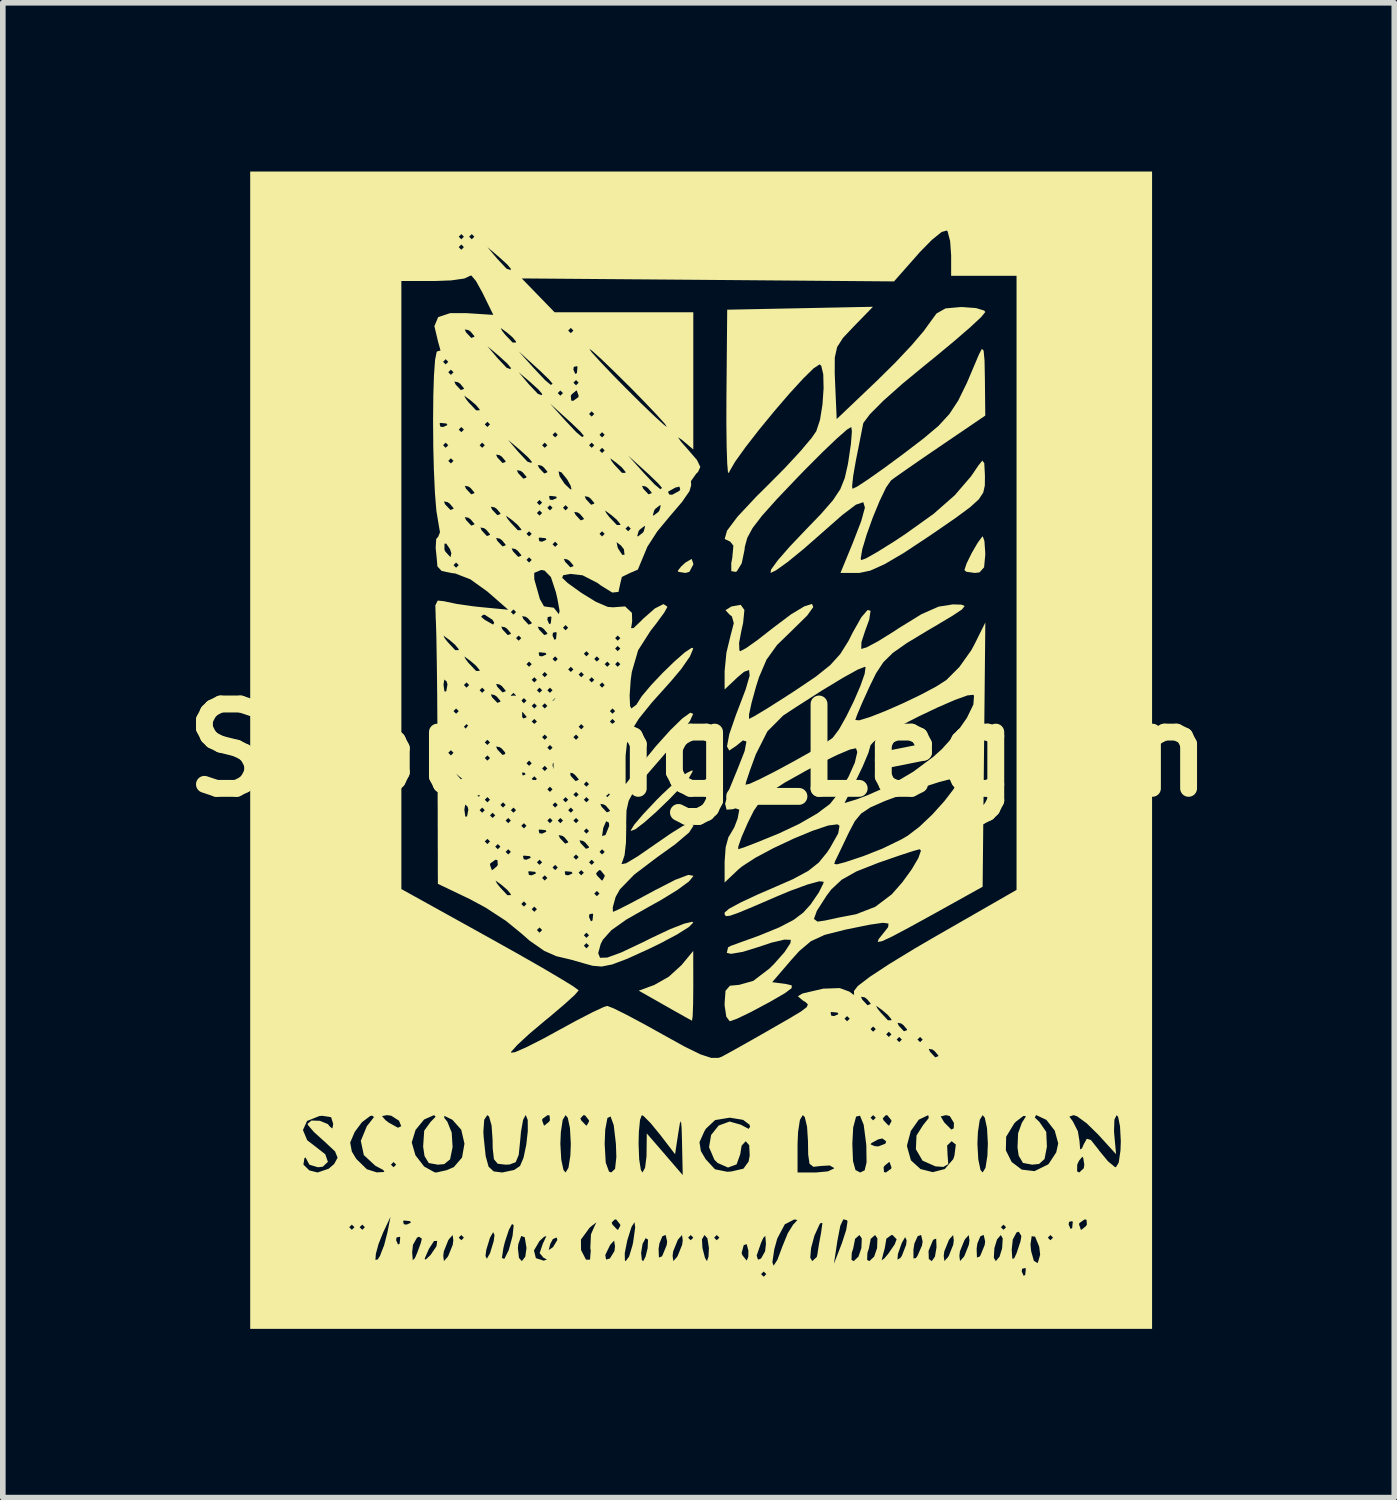
<source format=kicad_pcb>
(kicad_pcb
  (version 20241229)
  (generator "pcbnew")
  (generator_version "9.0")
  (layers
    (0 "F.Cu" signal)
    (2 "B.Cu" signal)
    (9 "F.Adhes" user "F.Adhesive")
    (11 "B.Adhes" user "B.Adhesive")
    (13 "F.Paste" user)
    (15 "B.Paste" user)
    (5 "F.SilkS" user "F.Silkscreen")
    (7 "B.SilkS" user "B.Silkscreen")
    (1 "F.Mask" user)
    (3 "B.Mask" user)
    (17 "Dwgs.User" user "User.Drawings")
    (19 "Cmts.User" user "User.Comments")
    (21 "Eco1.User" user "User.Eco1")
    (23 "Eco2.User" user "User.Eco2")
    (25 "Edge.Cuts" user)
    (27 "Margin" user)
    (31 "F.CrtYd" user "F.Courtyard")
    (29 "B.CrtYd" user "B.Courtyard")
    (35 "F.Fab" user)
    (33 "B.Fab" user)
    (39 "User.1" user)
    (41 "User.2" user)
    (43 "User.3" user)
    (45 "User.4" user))
  (footprint "Scouting_Legion"
    (layer "F.Cu")
    (at 9.371 10.29)
    (property "Reference" "Scouting_Legion" (at 0 0 0) (layer "F.SilkS") (effects (font (size 1.5 1.5) (thickness 0.3))))
    (attr board_only exclude_from_pos_files exclude_from_bom)
    (fp_poly (pts (xy -0.093 -3.317) (xy -0.093 -3.302) (xy -0.162 -3.172) (xy -0.232 -3.152) (xy -0.355 -3.171) (xy -0.371 -3.187) (xy -0.309 -3.267) (xy -0.232 -3.337) (xy -0.122 -3.402)) (stroke (width 0) (type solid)) (fill yes) (layer "F.SilkS"))
    (fp_poly (pts (xy -0.093 4.195) (xy -0.096 4.506) (xy -0.104 4.727) (xy -0.116 4.811) (xy -0.116 4.81) (xy -0.202 4.763) (xy -0.402 4.651) (xy -0.601 4.538) (xy -1.063 4.276) (xy -0.786 4.174) (xy -0.529 4.028) (xy -0.302 3.821) (xy -0.094 3.569)) (stroke (width 0) (type solid)) (fill yes) (layer "F.SilkS"))
    (fp_poly (pts (xy 5.084 -3.719) (xy 5.098 -3.518) (xy 5.099 -3.476) (xy 5.078 -3.253) (xy 4.997 -3.162) (xy 4.913 -3.152) (xy 4.762 -3.173) (xy 4.728 -3.203) (xy 4.767 -3.321) (xy 4.859 -3.508) (xy 4.965 -3.69) (xy 5.043 -3.795) (xy 5.055 -3.801)) (stroke (width 0) (type solid)) (fill yes) (layer "F.SilkS"))
    (fp_poly (pts (xy -0.103 0.374) (xy -0.164 0.482) (xy -0.315 0.66) (xy -0.522 0.875) (xy -0.748 1.093) (xy -0.96 1.281) (xy -1.123 1.406) (xy -1.202 1.435) (xy -1.205 1.425) (xy -1.143 1.324) (xy -0.978 1.131) (xy -0.742 0.881) (xy -0.649 0.788) (xy -0.401 0.556) (xy -0.213 0.406) (xy -0.112 0.358)) (stroke (width 0) (type solid)) (fill yes) (layer "F.SilkS"))
    (fp_poly (pts (xy 2.752 -7.526) (xy 2.567 -7.329) (xy 2.465 -7.169) (xy 2.423 -6.982) (xy 2.422 -6.704) (xy 2.429 -6.528) (xy 2.457 -5.888) (xy 3.174 -6.571) (xy 3.496 -6.889) (xy 3.786 -7.197) (xy 4.003 -7.451) (xy 4.086 -7.566) (xy 4.232 -7.766) (xy 4.392 -7.856) (xy 4.646 -7.879) (xy 4.689 -7.88) (xy 4.935 -7.862) (xy 5.081 -7.817) (xy 5.099 -7.792) (xy 5.03 -7.706) (xy 4.84 -7.528) (xy 4.556 -7.282) (xy 4.203 -6.989) (xy 4.031 -6.85) (xy 3.62 -6.511) (xy 3.285 -6.213) (xy 3.049 -5.976) (xy 2.934 -5.823) (xy 2.927 -5.803) (xy 2.887 -5.598) (xy 2.828 -5.301) (xy 2.797 -5.145) (xy 2.75 -4.875) (xy 2.731 -4.692) (xy 2.737 -4.648) (xy 2.82 -4.687) (xy 3.019 -4.818) (xy 3.305 -5.02) (xy 3.637 -5.265) (xy 4.004 -5.545) (xy 4.268 -5.768) (xy 4.461 -5.978) (xy 4.619 -6.219) (xy 4.774 -6.536) (xy 4.96 -6.975) (xy 4.99 -7.045) (xy 5.039 -7.137) (xy 5.07 -7.104) (xy 5.086 -6.925) (xy 5.092 -6.614) (xy 5.099 -5.95) (xy 4.334 -5.43) (xy 3.991 -5.196) (xy 3.695 -4.991) (xy 3.486 -4.844) (xy 3.422 -4.796) (xy 3.335 -4.671) (xy 3.221 -4.434) (xy 3.099 -4.138) (xy 2.99 -3.834) (xy 2.912 -3.574) (xy 2.884 -3.409) (xy 2.892 -3.38) (xy 2.98 -3.412) (xy 3.186 -3.529) (xy 3.474 -3.709) (xy 3.674 -3.841) (xy 4.179 -4.202) (xy 4.555 -4.532) (xy 4.845 -4.869) (xy 4.977 -5.063) (xy 5.047 -5.15) (xy 5.081 -5.104) (xy 5.092 -4.9) (xy 5.093 -4.863) (xy 5.091 -4.706) (xy 5.063 -4.581) (xy 4.984 -4.461) (xy 4.83 -4.321) (xy 4.577 -4.134) (xy 4.199 -3.873) (xy 4.121 -3.82) (xy 3.658 -3.513) (xy 3.311 -3.309) (xy 3.054 -3.193) (xy 2.858 -3.152) (xy 2.834 -3.152) (xy 2.524 -3.152) (xy 2.743 -3.685) (xy 2.893 -4.073) (xy 2.959 -4.314) (xy 2.93 -4.41) (xy 2.799 -4.366) (xy 2.556 -4.182) (xy 2.193 -3.863) (xy 2.188 -3.858) (xy 1.866 -3.576) (xy 1.585 -3.347) (xy 1.377 -3.198) (xy 1.281 -3.152) (xy 1.29 -3.212) (xy 1.409 -3.376) (xy 1.62 -3.618) (xy 1.862 -3.873) (xy 2.178 -4.201) (xy 2.389 -4.443) (xy 2.521 -4.641) (xy 2.6 -4.838) (xy 2.654 -5.077) (xy 2.666 -5.147) (xy 2.71 -5.447) (xy 2.727 -5.666) (xy 2.717 -5.747) (xy 2.64 -5.701) (xy 2.46 -5.543) (xy 2.2 -5.295) (xy 1.886 -4.98) (xy 1.759 -4.849) (xy 1.387 -4.458) (xy 1.128 -4.168) (xy 0.961 -3.95) (xy 0.867 -3.776) (xy 0.824 -3.619) (xy 0.817 -3.558) (xy 0.768 -3.323) (xy 0.682 -3.182) (xy 0.662 -3.171) (xy 0.583 -3.184) (xy 0.582 -3.326) (xy 0.6 -3.419) (xy 0.62 -3.637) (xy 0.564 -3.708) (xy 0.465 -3.756) (xy 0.507 -3.904) (xy 0.694 -4.153) (xy 1.026 -4.508) (xy 1.214 -4.694) (xy 1.531 -5.013) (xy 1.808 -5.312) (xy 2.01 -5.551) (xy 2.094 -5.673) (xy 2.16 -5.873) (xy 2.204 -6.146) (xy 2.224 -6.435) (xy 2.218 -6.685) (xy 2.182 -6.837) (xy 2.152 -6.86) (xy 2.047 -6.791) (xy 1.86 -6.607) (xy 1.617 -6.342) (xy 1.347 -6.028) (xy 1.078 -5.7) (xy 0.837 -5.39) (xy 0.652 -5.132) (xy 0.551 -4.959) (xy 0.543 -4.934) (xy 0.524 -4.937) (xy 0.51 -5.102) (xy 0.5 -5.404) (xy 0.495 -5.819) (xy 0.496 -6.257) (xy 0.51 -7.833) (xy 1.806 -7.859) (xy 3.102 -7.885)) (stroke (width 0) (type solid)) (fill yes) (layer "F.SilkS"))
    (fp_poly (pts (xy 2.04 -2.545) (xy 1.931 -2.393) (xy 1.688 -2.154) (xy 1.396 -1.87) (xy 1.209 -1.61) (xy 1.075 -1.297) (xy 1.024 -1.136) (xy 0.943 -0.842) (xy 0.898 -0.633) (xy 0.898 -0.556) (xy 0.991 -0.604) (xy 1.203 -0.731) (xy 1.498 -0.918) (xy 1.712 -1.056) (xy 2.087 -1.309) (xy 2.342 -1.513) (xy 2.521 -1.711) (xy 2.667 -1.944) (xy 2.741 -2.091) (xy 2.894 -2.362) (xy 3.006 -2.493) (xy 3.059 -2.48) (xy 3.035 -2.321) (xy 2.963 -2.124) (xy 2.897 -1.921) (xy 2.893 -1.804) (xy 2.895 -1.801) (xy 2.988 -1.828) (xy 3.194 -1.938) (xy 3.474 -2.112) (xy 3.569 -2.175) (xy 3.965 -2.419) (xy 4.269 -2.553) (xy 4.524 -2.593) (xy 4.531 -2.593) (xy 4.677 -2.588) (xy 4.733 -2.564) (xy 4.684 -2.502) (xy 4.512 -2.388) (xy 4.202 -2.203) (xy 4.079 -2.131) (xy 3.707 -1.907) (xy 3.456 -1.731) (xy 3.287 -1.565) (xy 3.157 -1.368) (xy 3.043 -1.136) (xy 2.913 -0.849) (xy 2.821 -0.632) (xy 2.788 -0.538) (xy 2.858 -0.531) (xy 3.052 -0.591) (xy 3.327 -0.699) (xy 3.643 -0.838) (xy 3.957 -0.989) (xy 4.228 -1.133) (xy 4.408 -1.249) (xy 4.637 -1.478) (xy 4.85 -1.777) (xy 4.902 -1.873) (xy 5.1 -2.271) (xy 5.076 0.079) (xy 5.052 2.428) (xy 4.218 2.892) (xy 3.762 3.143) (xy 3.45 3.309) (xy 3.264 3.396) (xy 3.187 3.41) (xy 3.202 3.36) (xy 3.282 3.26) (xy 3.372 3.146) (xy 3.378 3.082) (xy 3.277 3.069) (xy 3.044 3.103) (xy 2.658 3.181) (xy 2.597 3.194) (xy 2.243 3.284) (xy 1.999 3.396) (xy 1.793 3.57) (xy 1.654 3.724) (xy 1.31 4.125) (xy 1.55 4.156) (xy 1.657 4.181) (xy 1.656 4.231) (xy 1.531 4.324) (xy 1.261 4.48) (xy 1.218 4.503) (xy 0.921 4.661) (xy 0.684 4.775) (xy 0.557 4.82) (xy 0.555 4.82) (xy 0.494 4.739) (xy 0.464 4.539) (xy 0.464 4.496) (xy 0.48 4.278) (xy 0.558 4.188) (xy 0.723 4.172) (xy 0.973 4.102) (xy 1.261 3.882) (xy 1.342 3.802) (xy 1.529 3.591) (xy 1.634 3.431) (xy 1.641 3.372) (xy 1.528 3.368) (xy 1.298 3.422) (xy 1.067 3.499) (xy 0.786 3.586) (xy 0.579 3.621) (xy 0.503 3.604) (xy 0.525 3.506) (xy 0.574 3.479) (xy 1.077 3.297) (xy 1.436 3.15) (xy 1.686 3.02) (xy 1.712 3.001) (xy 2.052 3.001) (xy 2.117 3.048) (xy 2.248 3.029) (xy 2.482 2.978) (xy 2.774 2.922) (xy 2.803 2.916) (xy 3.144 2.784) (xy 3.437 2.562) (xy 3.623 2.35) (xy 3.79 2.12) (xy 3.909 1.918) (xy 3.955 1.787) (xy 3.934 1.761) (xy 3.825 1.79) (xy 3.588 1.867) (xy 3.27 1.977) (xy 3.195 2.003) (xy 2.807 2.156) (xy 2.546 2.303) (xy 2.359 2.478) (xy 2.277 2.587) (xy 2.105 2.855) (xy 2.052 3.001) (xy 1.712 3.001) (xy 1.861 2.889) (xy 1.994 2.742) (xy 2.14 2.528) (xy 2.22 2.367) (xy 2.225 2.339) (xy 2.147 2.331) (xy 1.936 2.389) (xy 1.628 2.502) (xy 1.386 2.603) (xy 0.981 2.778) (xy 0.716 2.888) (xy 0.562 2.943) (xy 0.488 2.951) (xy 0.465 2.923) (xy 0.464 2.887) (xy 0.543 2.819) (xy 0.758 2.703) (xy 1.07 2.558) (xy 1.275 2.47) (xy 1.677 2.294) (xy 1.95 2.147) (xy 2.109 2.021) (xy 2.414 2.021) (xy 2.46 2.03) (xy 2.604 1.992) (xy 2.882 1.9) (xy 2.927 1.885) (xy 3.274 1.748) (xy 3.611 1.584) (xy 3.717 1.522) (xy 3.927 1.362) (xy 4.157 1.144) (xy 4.37 0.908) (xy 4.534 0.694) (xy 4.613 0.542) (xy 4.608 0.498) (xy 4.505 0.507) (xy 4.27 0.569) (xy 3.941 0.675) (xy 3.711 0.756) (xy 3.317 0.902) (xy 3.058 1.016) (xy 2.892 1.126) (xy 2.78 1.261) (xy 2.681 1.448) (xy 2.665 1.481) (xy 2.543 1.737) (xy 2.454 1.922) (xy 2.43 1.97) (xy 2.414 2.021) (xy 2.109 2.021) (xy 2.139 1.997) (xy 2.288 1.814) (xy 2.338 1.738) (xy 2.484 1.479) (xy 2.507 1.344) (xy 2.472 1.318) (xy 2.307 1.339) (xy 2.03 1.432) (xy 1.69 1.573) (xy 1.335 1.74) (xy 1.014 1.911) (xy 0.776 2.065) (xy 0.718 2.112) (xy 0.464 2.352) (xy 0.464 1.983) (xy 0.48 1.761) (xy 0.706 1.761) (xy 0.809 1.728) (xy 1.037 1.64) (xy 1.347 1.514) (xy 1.428 1.481) (xy 1.789 1.311) (xy 2.111 1.125) (xy 2.33 0.961) (xy 2.344 0.948) (xy 2.351 0.939) (xy 2.597 0.939) (xy 2.805 0.876) (xy 3.006 0.8) (xy 3.292 0.674) (xy 3.476 0.586) (xy 3.822 0.38) (xy 4.178 0.115) (xy 4.328 -0.02) (xy 4.578 -0.297) (xy 4.772 -0.574) (xy 4.887 -0.811) (xy 4.899 -0.967) (xy 4.886 -0.985) (xy 4.781 -0.974) (xy 4.557 -0.893) (xy 4.255 -0.762) (xy 3.918 -0.602) (xy 3.588 -0.433) (xy 3.307 -0.277) (xy 3.117 -0.153) (xy 3.059 -0.089) (xy 3.02 0.049) (xy 2.919 0.289) (xy 2.828 0.479) (xy 2.597 0.939) (xy 2.351 0.939) (xy 2.516 0.729) (xy 2.669 0.469) (xy 2.78 0.22) (xy 2.823 0.033) (xy 2.8 -0.035) (xy 2.693 -0.012) (xy 2.463 0.085) (xy 2.148 0.24) (xy 1.914 0.363) (xy 1.532 0.577) (xy 1.276 0.743) (xy 1.106 0.898) (xy 0.983 1.076) (xy 0.879 1.284) (xy 0.767 1.541) (xy 0.707 1.714) (xy 0.706 1.761) (xy 0.48 1.761) (xy 0.483 1.725) (xy 0.531 1.548) (xy 0.546 1.525) (xy 0.636 1.372) (xy 0.696 1.214) (xy 0.725 1.058) (xy 0.658 1.034) (xy 0.613 1.049) (xy 0.499 1.058) (xy 0.473 0.954) (xy 0.536 0.72) (xy 0.58 0.614) (xy 0.834 0.614) (xy 0.907 0.598) (xy 1.099 0.51) (xy 1.367 0.374) (xy 1.669 0.211) (xy 1.966 0.045) (xy 2.213 -0.103) (xy 2.371 -0.209) (xy 2.39 -0.226) (xy 2.497 -0.368) (xy 2.627 -0.599) (xy 2.762 -0.873) (xy 2.878 -1.142) (xy 2.954 -1.358) (xy 2.97 -1.475) (xy 2.958 -1.483) (xy 2.828 -1.432) (xy 2.567 -1.287) (xy 2.194 -1.061) (xy 1.731 -0.765) (xy 1.506 -0.617) (xy 1.225 -0.335) (xy 1.019 0.073) (xy 0.918 0.349) (xy 0.851 0.549) (xy 0.834 0.614) (xy 0.58 0.614) (xy 0.691 0.343) (xy 0.694 0.336) (xy 0.82 0.016) (xy 0.852 -0.155) (xy 0.789 -0.174) (xy 0.669 -0.076) (xy 0.547 0.006) (xy 0.506 -0.067) (xy 0.547 -0.285) (xy 0.668 -0.635) (xy 0.686 -0.681) (xy 0.838 -1.081) (xy 0.909 -1.325) (xy 0.899 -1.426) (xy 0.809 -1.394) (xy 0.695 -1.298) (xy 0.464 -1.08) (xy 0.464 -1.407) (xy 0.496 -1.735) (xy 0.569 -2.036) (xy 0.627 -2.258) (xy 0.594 -2.378) (xy 0.548 -2.415) (xy 0.48 -2.49) (xy 0.584 -2.555) (xy 0.586 -2.556) (xy 0.75 -2.585) (xy 0.816 -2.494) (xy 0.793 -2.262) (xy 0.764 -2.135) (xy 0.721 -1.906) (xy 0.727 -1.774) (xy 0.743 -1.761) (xy 0.847 -1.816) (xy 1.05 -1.96) (xy 1.31 -2.163) (xy 1.329 -2.178) (xy 1.648 -2.418) (xy 1.883 -2.559) (xy 2.019 -2.601)) (stroke (width 0) (type solid)) (fill yes) (layer "F.SilkS"))
    (fp_poly (pts (xy 8.065 0) (xy 8.065 10.29) (xy 0.046 10.29) (xy -7.972 10.29) (xy -7.972 9.316) (xy 1.112 9.316) (xy 1.159 9.363) (xy 1.205 9.316) (xy 1.159 9.27) (xy 5.747 9.27) (xy 5.781 9.346) (xy 5.809 9.332) (xy 5.82 9.222) (xy 5.809 9.208) (xy 5.754 9.221) (xy 5.747 9.27) (xy 1.159 9.27) (xy 1.112 9.316) (xy -7.972 9.316) (xy -7.972 9.105) (xy 1.313 9.105) (xy 1.335 9.166) (xy 1.358 9.131) (xy 2.408 9.131) (xy 2.435 9.062) (xy 2.72 9.062) (xy 2.76 9.085) (xy 2.784 9.062) (xy 2.998 9.062) (xy 3.038 9.085) (xy 3.053 9.071) (xy 3.256 9.071) (xy 3.274 9.058) (xy 3.537 9.058) (xy 3.576 9.037) (xy 3.822 9.037) (xy 3.865 9.031) (xy 3.893 8.992) (xy 3.931 8.905) (xy 4.09 8.905) (xy 4.095 9.047) (xy 4.148 9.085) (xy 4.204 9.005) (xy 4.206 8.992) (xy 4.36 8.992) (xy 4.372 9.084) (xy 4.435 9.015) (xy 4.45 8.992) (xy 4.638 8.992) (xy 4.65 9.084) (xy 4.703 9.025) (xy 5.251 9.025) (xy 5.286 9.085) (xy 5.353 9.006) (xy 5.391 8.882) (xy 5.569 8.882) (xy 5.58 9.044) (xy 5.613 9.035) (xy 5.655 8.946) (xy 5.707 8.789) (xy 5.903 8.789) (xy 5.914 8.906) (xy 5.963 9.079) (xy 6.028 9.119) (xy 6.034 9.113) (xy 6.075 8.971) (xy 6.058 8.828) (xy 5.992 8.668) (xy 6.211 8.668) (xy 6.257 8.714) (xy 6.304 8.668) (xy 6.257 8.621) (xy 6.211 8.668) (xy 5.992 8.668) (xy 5.985 8.65) (xy 5.924 8.642) (xy 5.903 8.789) (xy 5.707 8.789) (xy 5.724 8.739) (xy 5.741 8.639) (xy 5.695 8.562) (xy 5.655 8.575) (xy 5.588 8.701) (xy 5.569 8.882) (xy 5.391 8.882) (xy 5.399 8.853) (xy 5.409 8.681) (xy 5.375 8.621) (xy 5.308 8.7) (xy 5.261 8.853) (xy 5.251 9.025) (xy 4.703 9.025) (xy 4.713 9.015) (xy 4.728 8.992) (xy 4.778 8.867) (xy 4.945 8.867) (xy 4.951 9.021) (xy 5 9.003) (xy 5.013 8.983) (xy 5.088 8.8) (xy 5.097 8.737) (xy 5.071 8.62) (xy 5.012 8.643) (xy 4.958 8.772) (xy 4.945 8.867) (xy 4.778 8.867) (xy 4.807 8.794) (xy 4.818 8.714) (xy 4.805 8.622) (xy 4.743 8.691) (xy 4.728 8.714) (xy 4.648 8.912) (xy 4.638 8.992) (xy 4.45 8.992) (xy 4.529 8.794) (xy 4.539 8.714) (xy 4.527 8.622) (xy 4.465 8.691) (xy 4.45 8.714) (xy 4.37 8.912) (xy 4.36 8.992) (xy 4.206 8.992) (xy 4.232 8.839) (xy 4.226 8.685) (xy 4.177 8.703) (xy 4.164 8.723) (xy 4.09 8.905) (xy 3.931 8.905) (xy 3.973 8.809) (xy 3.985 8.737) (xy 3.958 8.62) (xy 3.897 8.642) (xy 3.839 8.771) (xy 3.822 8.876) (xy 3.822 9.037) (xy 3.576 9.037) (xy 3.589 9.029) (xy 3.615 8.992) (xy 3.692 8.794) (xy 3.7 8.714) (xy 3.674 8.658) (xy 3.615 8.76) (xy 3.546 8.957) (xy 3.537 9.058) (xy 3.274 9.058) (xy 3.303 9.038) (xy 3.376 8.951) (xy 3.489 8.786) (xy 3.523 8.696) (xy 3.452 8.623) (xy 3.43 8.621) (xy 3.34 8.686) (xy 3.337 8.706) (xy 3.311 8.86) (xy 3.283 8.961) (xy 3.256 9.071) (xy 3.053 9.071) (xy 3.123 9.005) (xy 3.175 8.853) (xy 3.181 8.681) (xy 3.139 8.621) (xy 3.06 8.691) (xy 3.059 8.706) (xy 3.029 8.862) (xy 3.003 8.938) (xy 2.998 9.062) (xy 2.784 9.062) (xy 2.844 9.005) (xy 2.896 8.853) (xy 2.903 8.681) (xy 2.861 8.621) (xy 2.782 8.691) (xy 2.781 8.706) (xy 2.75 8.862) (xy 2.725 8.938) (xy 2.72 9.062) (xy 2.435 9.062) (xy 2.549 8.768) (xy 2.625 8.534) (xy 2.634 8.482) (xy 5.377 8.482) (xy 5.423 8.528) (xy 5.469 8.482) (xy 5.423 8.436) (xy 6.582 8.436) (xy 6.616 8.512) (xy 6.644 8.498) (xy 6.65 8.436) (xy 6.767 8.436) (xy 6.799 8.526) (xy 6.808 8.528) (xy 6.887 8.464) (xy 6.906 8.436) (xy 6.899 8.35) (xy 6.865 8.343) (xy 6.771 8.41) (xy 6.767 8.436) (xy 6.65 8.436) (xy 6.655 8.388) (xy 6.644 8.374) (xy 6.588 8.387) (xy 6.582 8.436) (xy 5.423 8.436) (xy 5.377 8.482) (xy 2.634 8.482) (xy 2.649 8.381) (xy 2.642 8.359) (xy 2.575 8.341) (xy 2.521 8.457) (xy 2.468 8.731) (xy 2.464 8.76) (xy 2.408 9.131) (xy 1.358 9.131) (xy 1.401 9.064) (xy 1.417 9.023) (xy 1.987 9.023) (xy 2.022 9.085) (xy 2.103 9.011) (xy 2.113 8.969) (xy 2.139 8.798) (xy 2.18 8.575) (xy 2.203 8.407) (xy 2.167 8.41) (xy 2.15 8.436) (xy 2.061 8.632) (xy 2.002 8.85) (xy 1.987 9.023) (xy 1.417 9.023) (xy 1.489 8.83) (xy 1.587 8.589) (xy 1.686 8.431) (xy 1.705 8.414) (xy 1.757 8.354) (xy 1.703 8.344) (xy 1.534 8.431) (xy 1.4 8.684) (xy 1.347 8.876) (xy 1.313 9.105) (xy -7.972 9.105) (xy -7.972 9.064) (xy -5.745 9.064) (xy -5.705 9.055) (xy -5.664 8.992) (xy -5.64 8.928) (xy -5.092 8.928) (xy -5.081 9.07) (xy -5.053 9.041) (xy -4.87 9.041) (xy -4.853 9.059) (xy -4.782 8.992) (xy -4.539 8.992) (xy -4.527 9.084) (xy -4.465 9.015) (xy -4.45 8.992) (xy -3.788 8.992) (xy -3.764 9.044) (xy -3.755 9.028) (xy -3.496 9.028) (xy -3.456 9.045) (xy -3.449 9.038) (xy -3.375 8.889) (xy -3.365 8.853) (xy -3.212 8.853) (xy -3.193 9.027) (xy -3.142 9.085) (xy -3.08 9.005) (xy -3.065 8.895) (xy -2.926 8.895) (xy -2.892 9.032) (xy -2.752 9.077) (xy -2.696 9.055) (xy -2.757 9.024) (xy -2.825 8.943) (xy -2.807 8.888) (xy -2.664 8.888) (xy -2.596 8.843) (xy -2.584 8.831) (xy -2.511 8.71) (xy -2.513 8.702) (xy -2.091 8.702) (xy -2.089 8.888) (xy -2.001 9.059) (xy -1.929 9.059) (xy -1.923 8.976) (xy -1.658 8.976) (xy -1.644 9.057) (xy -1.576 9.038) (xy -1.518 8.944) (xy -1.312 8.944) (xy -1.309 9.073) (xy -1.295 9.085) (xy -1.235 9.004) (xy -1.215 8.939) (xy -1.021 8.939) (xy -1.008 9.065) (xy -0.984 9.085) (xy -0.942 9.006) (xy -0.908 8.867) (xy -0.71 8.867) (xy -0.704 9.021) (xy -0.655 9.003) (xy -0.647 8.992) (xy -0.461 8.992) (xy -0.448 9.084) (xy -0.386 9.015) (xy -0.371 8.992) (xy -0.291 8.794) (xy -0.281 8.714) (xy -0.287 8.668) (xy -0.185 8.668) (xy -0.139 8.714) (xy -0.123 8.698) (xy 0.061 8.698) (xy 0.07 8.853) (xy 0.115 9.027) (xy 0.15 9.085) (xy 0.177 9.005) (xy 0.18 8.942) (xy 0.766 8.942) (xy 0.783 8.984) (xy 0.857 9.076) (xy 0.885 9.007) (xy 0.885 8.986) (xy 1.034 8.986) (xy 1.058 9.06) (xy 1.112 9.038) (xy 1.184 8.91) (xy 1.199 8.778) (xy 1.188 8.636) (xy 1.151 8.673) (xy 1.112 8.76) (xy 1.034 8.986) (xy 0.885 8.986) (xy 0.887 8.901) (xy 0.857 8.784) (xy 0.804 8.8) (xy 0.766 8.942) (xy 0.18 8.942) (xy 0.185 8.853) (xy 0.158 8.679) (xy 0.148 8.668) (xy 0.278 8.668) (xy 0.324 8.714) (xy 0.371 8.668) (xy 0.324 8.621) (xy 0.278 8.668) (xy 0.148 8.668) (xy 0.106 8.621) (xy 0.061 8.698) (xy -0.123 8.698) (xy -0.093 8.668) (xy -0.139 8.621) (xy -0.185 8.668) (xy -0.287 8.668) (xy -0.294 8.622) (xy -0.356 8.691) (xy -0.371 8.714) (xy -0.451 8.912) (xy -0.461 8.992) (xy -0.647 8.992) (xy -0.641 8.983) (xy -0.566 8.8) (xy -0.558 8.737) (xy -0.584 8.62) (xy -0.643 8.643) (xy -0.696 8.772) (xy -0.71 8.867) (xy -0.908 8.867) (xy -0.905 8.856) (xy -0.898 8.703) (xy -0.94 8.676) (xy -0.995 8.778) (xy -1.021 8.939) (xy -1.215 8.939) (xy -1.174 8.803) (xy -1.163 8.751) (xy -1.126 8.485) (xy -1.139 8.393) (xy -1.192 8.478) (xy -1.267 8.717) (xy -1.312 8.944) (xy -1.518 8.944) (xy -1.495 8.906) (xy -1.485 8.824) (xy -1.5 8.721) (xy -1.564 8.788) (xy -1.576 8.807) (xy -1.658 8.976) (xy -1.923 8.976) (xy -1.916 8.9) (xy -1.924 8.852) (xy -1.913 8.61) (xy -1.847 8.458) (xy -1.817 8.4) (xy -1.544 8.4) (xy -1.53 8.436) (xy -1.446 8.524) (xy -1.431 8.528) (xy -1.392 8.457) (xy -1.391 8.436) (xy -1.462 8.347) (xy -1.489 8.343) (xy -1.544 8.4) (xy -1.817 8.4) (xy -1.816 8.397) (xy -1.903 8.462) (xy -1.939 8.494) (xy -2.091 8.702) (xy -2.513 8.702) (xy -2.521 8.665) (xy -2.59 8.693) (xy -2.636 8.779) (xy -2.664 8.888) (xy -2.807 8.888) (xy -2.769 8.776) (xy -2.705 8.639) (xy -2.745 8.652) (xy -2.828 8.728) (xy -2.926 8.895) (xy -3.065 8.895) (xy -3.059 8.853) (xy -3.09 8.661) (xy -3.153 8.638) (xy -3.205 8.784) (xy -3.212 8.853) (xy -3.365 8.853) (xy -3.31 8.65) (xy -3.305 8.621) (xy -3.287 8.447) (xy -3.316 8.424) (xy -3.373 8.531) (xy -3.443 8.744) (xy -3.47 8.853) (xy -3.496 9.028) (xy -3.755 9.028) (xy -3.708 8.946) (xy -3.642 8.729) (xy -3.628 8.621) (xy -3.652 8.57) (xy -3.708 8.668) (xy -3.774 8.884) (xy -3.788 8.992) (xy -4.45 8.992) (xy -4.37 8.794) (xy -4.36 8.714) (xy -4.366 8.668) (xy -4.264 8.668) (xy -4.218 8.714) (xy -4.172 8.668) (xy -4.218 8.621) (xy -4.264 8.668) (xy -4.366 8.668) (xy -4.372 8.622) (xy -4.434 8.691) (xy -4.45 8.714) (xy -4.529 8.912) (xy -4.539 8.992) (xy -4.782 8.992) (xy -4.765 8.976) (xy -4.659 8.819) (xy -4.647 8.726) (xy -4.703 8.727) (xy -4.792 8.864) (xy -4.798 8.877) (xy -4.87 9.041) (xy -5.053 9.041) (xy -5.044 9.033) (xy -5.006 8.946) (xy -4.938 8.763) (xy -4.92 8.685) (xy -4.971 8.651) (xy -5.006 8.668) (xy -5.078 8.796) (xy -5.092 8.928) (xy -5.64 8.928) (xy -5.59 8.801) (xy -5.568 8.714) (xy -5.377 8.714) (xy -5.343 8.79) (xy -5.315 8.776) (xy -5.304 8.666) (xy -5.315 8.652) (xy -5.37 8.665) (xy -5.377 8.714) (xy -5.568 8.714) (xy -5.532 8.575) (xy -5.492 8.374) (xy -5.253 8.374) (xy -5.24 8.429) (xy -5.191 8.436) (xy -5.115 8.402) (xy -5.129 8.374) (xy -5.239 8.363) (xy -5.253 8.374) (xy -5.492 8.374) (xy -5.477 8.297) (xy -5.608 8.575) (xy -5.69 8.781) (xy -5.738 8.958) (xy -5.745 9.064) (xy -7.972 9.064) (xy -7.972 8.482) (xy -6.211 8.482) (xy -6.165 8.528) (xy -6.118 8.482) (xy -6.026 8.482) (xy -5.979 8.528) (xy -5.933 8.482) (xy -5.979 8.436) (xy -6.026 8.482) (xy -6.118 8.482) (xy -6.165 8.436) (xy -6.211 8.482) (xy -7.972 8.482) (xy -7.972 6.754) (xy -7.034 6.754) (xy -6.958 6.936) (xy -6.818 7.043) (xy -6.637 7.185) (xy -6.59 7.32) (xy -6.681 7.406) (xy -6.767 7.416) (xy -6.918 7.371) (xy -6.953 7.308) (xy -6.987 7.242) (xy -7.008 7.255) (xy -7.026 7.368) (xy -6.92 7.472) (xy -6.773 7.509) (xy -6.577 7.442) (xy -6.479 7.358) (xy -6.418 7.246) (xy -6.464 7.133) (xy -6.631 6.977) (xy -6.194 6.977) (xy -6.165 7.136) (xy -6.087 7.266) (xy -5.898 7.451) (xy -5.722 7.507) (xy -5.586 7.5) (xy -5.606 7.464) (xy -5.747 7.389) (xy -5.768 7.37) (xy -5.469 7.37) (xy -5.423 7.416) (xy -5.377 7.37) (xy -5.423 7.323) (xy -5.469 7.37) (xy -5.768 7.37) (xy -5.952 7.199) (xy -5.999 6.975) (xy -5.099 6.975) (xy -5.034 7.202) (xy -4.879 7.403) (xy -4.693 7.506) (xy -4.661 7.509) (xy -4.475 7.467) (xy -4.351 7.413) (xy -4.205 7.243) (xy -4.162 6.996) (xy -4.21 6.789) (xy -3.826 6.789) (xy -3.82 6.883) (xy -3.785 7.217) (xy -3.733 7.406) (xy -3.642 7.49) (xy -3.491 7.509) (xy -3.491 7.509) (xy -3.278 7.464) (xy -3.174 7.393) (xy -3.112 7.248) (xy -3.064 7.02) (xy -3.061 6.999) (xy -2.457 6.999) (xy -2.441 7.278) (xy -2.402 7.463) (xy -2.364 7.509) (xy -2.313 7.425) (xy -2.279 7.209) (xy -2.271 6.999) (xy -1.669 6.999) (xy -1.65 7.333) (xy -1.592 7.492) (xy -1.553 7.509) (xy -1.484 7.444) (xy -1.461 7.234) (xy -1.469 6.999) (xy -1.469 6.999) (xy -1.066 6.999) (xy -1.055 7.278) (xy -1.025 7.463) (xy -0.997 7.509) (xy -0.951 7.427) (xy -0.925 7.224) (xy -0.924 7.161) (xy -0.92 6.814) (xy -0.6 7.184) (xy -0.281 7.555) (xy -0.282 7.509) (xy 1.761 7.509) (xy 2.086 7.509) (xy 2.3 7.489) (xy 2.407 7.439) (xy 2.41 7.429) (xy 2.333 7.384) (xy 2.178 7.393) (xy 2.043 7.408) (xy 1.974 7.354) (xy 1.95 7.191) (xy 1.947 6.999) (xy 2.735 6.999) (xy 2.747 7.306) (xy 2.791 7.465) (xy 2.874 7.509) (xy 2.954 7.471) (xy 2.967 7.416) (xy 3.291 7.416) (xy 3.298 7.501) (xy 3.332 7.509) (xy 3.426 7.441) (xy 3.43 7.416) (xy 3.398 7.326) (xy 3.389 7.323) (xy 3.31 7.388) (xy 3.291 7.416) (xy 2.967 7.416) (xy 2.988 7.331) (xy 2.984 7.052) (xy 2.984 7.047) (xy 3.708 7.047) (xy 3.777 7.293) (xy 3.948 7.448) (xy 4.166 7.503) (xy 4.378 7.448) (xy 4.529 7.272) (xy 4.551 7.207) (xy 4.575 7.012) (xy 4.559 6.999) (xy 4.959 6.999) (xy 4.975 7.278) (xy 5.014 7.463) (xy 5.052 7.509) (xy 5.064 7.489) (xy 6.732 7.489) (xy 6.77 7.509) (xy 6.85 7.434) (xy 6.86 7.37) (xy 6.84 7.246) (xy 6.823 7.231) (xy 6.764 7.303) (xy 6.734 7.37) (xy 6.732 7.489) (xy 5.064 7.489) (xy 5.103 7.425) (xy 5.137 7.209) (xy 5.14 7.115) (xy 5.465 7.115) (xy 5.568 7.322) (xy 5.748 7.458) (xy 5.974 7.485) (xy 6.214 7.367) (xy 6.227 7.355) (xy 6.361 7.151) (xy 6.396 6.991) (xy 6.334 6.764) (xy 6.185 6.573) (xy 6.063 6.516) (xy 6.594 6.516) (xy 6.656 6.6) (xy 6.745 6.775) (xy 6.774 6.948) (xy 6.786 7.1) (xy 6.819 7.079) (xy 6.85 7.007) (xy 6.905 6.909) (xy 6.977 6.931) (xy 7.104 7.091) (xy 7.127 7.123) (xy 7.282 7.311) (xy 7.403 7.411) (xy 7.422 7.416) (xy 7.472 7.333) (xy 7.503 7.119) (xy 7.509 6.953) (xy 7.495 6.688) (xy 7.461 6.52) (xy 7.435 6.489) (xy 7.395 6.57) (xy 7.388 6.772) (xy 7.393 6.837) (xy 7.425 7.184) (xy 7.109 6.837) (xy 6.904 6.636) (xy 6.732 6.51) (xy 6.669 6.489) (xy 6.594 6.516) (xy 6.063 6.516) (xy 6.006 6.489) (xy 6.001 6.489) (xy 5.98 6.532) (xy 6.061 6.609) (xy 6.183 6.787) (xy 6.195 7.049) (xy 6.153 7.269) (xy 6.056 7.357) (xy 5.933 7.37) (xy 5.769 7.339) (xy 5.693 7.21) (xy 5.672 7.062) (xy 5.683 6.81) (xy 5.75 6.625) (xy 5.752 6.622) (xy 5.823 6.509) (xy 5.778 6.503) (xy 5.647 6.603) (xy 5.615 6.635) (xy 5.47 6.874) (xy 5.465 7.115) (xy 5.14 7.115) (xy 5.145 6.999) (xy 5.13 6.72) (xy 5.09 6.535) (xy 5.052 6.489) (xy 5.001 6.573) (xy 4.968 6.789) (xy 4.959 6.999) (xy 4.559 6.999) (xy 4.501 6.953) (xy 4.421 7.029) (xy 4.428 7.192) (xy 4.441 7.36) (xy 4.353 7.41) (xy 4.213 7.4) (xy 3.983 7.298) (xy 3.865 7.095) (xy 3.876 6.852) (xy 3.992 6.668) (xy 4.094 6.54) (xy 4.089 6.512) (xy 4.307 6.512) (xy 4.364 6.61) (xy 4.376 6.625) (xy 4.496 6.746) (xy 4.538 6.723) (xy 4.542 6.628) (xy 4.468 6.506) (xy 4.4 6.489) (xy 4.307 6.512) (xy 4.089 6.512) (xy 4.085 6.489) (xy 3.916 6.57) (xy 3.776 6.769) (xy 3.709 7.018) (xy 3.708 7.047) (xy 2.984 7.047) (xy 2.982 7.009) (xy 3.059 7.009) (xy 3.135 7.041) (xy 3.198 7.045) (xy 3.322 6.997) (xy 3.337 6.955) (xy 3.269 6.904) (xy 3.198 6.919) (xy 3.076 6.985) (xy 3.059 7.009) (xy 2.982 7.009) (xy 2.981 6.999) (xy 2.937 6.66) (xy 2.886 6.535) (xy 3.059 6.535) (xy 3.105 6.582) (xy 3.141 6.546) (xy 3.276 6.546) (xy 3.291 6.582) (xy 3.374 6.67) (xy 3.389 6.674) (xy 3.429 6.603) (xy 3.43 6.582) (xy 3.359 6.493) (xy 3.332 6.489) (xy 3.276 6.546) (xy 3.141 6.546) (xy 3.152 6.535) (xy 3.105 6.489) (xy 3.059 6.535) (xy 2.886 6.535) (xy 2.871 6.499) (xy 2.802 6.515) (xy 2.75 6.709) (xy 2.735 6.999) (xy 1.947 6.999) (xy 1.947 6.963) (xy 1.93 6.695) (xy 1.889 6.523) (xy 1.854 6.489) (xy 1.803 6.573) (xy 1.77 6.789) (xy 1.761 6.999) (xy 1.761 7.509) (xy -0.282 7.509) (xy -0.293 6.999) (xy -0.293 6.971) (xy 0.017 6.971) (xy 0.042 7.128) (xy 0.127 7.272) (xy 0.293 7.452) (xy 0.51 7.496) (xy 0.585 7.491) (xy 0.799 7.441) (xy 0.891 7.314) (xy 0.91 7.207) (xy 0.901 7.024) (xy 0.84 6.953) (xy 0.766 7.032) (xy 0.742 7.184) (xy 0.677 7.365) (xy 0.524 7.421) (xy 0.34 7.34) (xy 0.282 7.282) (xy 0.187 7.06) (xy 0.224 6.842) (xy 0.358 6.674) (xy 0.553 6.603) (xy 0.751 6.659) (xy 0.891 6.733) (xy 0.917 6.697) (xy 0.906 6.658) (xy 0.792 6.573) (xy 0.567 6.536) (xy 0.552 6.535) (xy 0.295 6.577) (xy 0.131 6.731) (xy 0.102 6.78) (xy 0.017 6.971) (xy -0.293 6.971) (xy -0.301 6.71) (xy -0.312 6.594) (xy -0.332 6.638) (xy -0.361 6.814) (xy -0.417 7.184) (xy -0.683 6.837) (xy -0.851 6.632) (xy -0.975 6.507) (xy -1.008 6.489) (xy -1.04 6.573) (xy -1.061 6.789) (xy -1.066 6.999) (xy -1.469 6.999) (xy -1.508 6.666) (xy -1.564 6.513) (xy -1.62 6.54) (xy -1.659 6.748) (xy -1.669 6.999) (xy -2.271 6.999) (xy -2.286 6.72) (xy -2.323 6.546) (xy -2.1 6.546) (xy -2.086 6.582) (xy -2.002 6.67) (xy -1.988 6.674) (xy -1.948 6.603) (xy -1.947 6.582) (xy -2.018 6.493) (xy -2.045 6.489) (xy -2.1 6.546) (xy -2.323 6.546) (xy -2.326 6.535) (xy -2.364 6.489) (xy -2.415 6.573) (xy -2.448 6.789) (xy -2.457 6.999) (xy -3.061 6.999) (xy -3.036 6.774) (xy -3.037 6.582) (xy -2.781 6.582) (xy -2.749 6.672) (xy -2.74 6.674) (xy -2.661 6.609) (xy -2.642 6.582) (xy -2.649 6.496) (xy -2.683 6.489) (xy -2.777 6.556) (xy -2.781 6.582) (xy -3.037 6.582) (xy -3.037 6.575) (xy -3.072 6.489) (xy -3.075 6.489) (xy -3.119 6.572) (xy -3.157 6.784) (xy -3.17 6.929) (xy -3.197 7.196) (xy -3.251 7.326) (xy -3.361 7.367) (xy -3.43 7.37) (xy -3.57 7.354) (xy -3.638 7.273) (xy -3.66 7.079) (xy -3.662 6.929) (xy -3.68 6.673) (xy -3.725 6.514) (xy -3.757 6.489) (xy -3.811 6.572) (xy -3.826 6.789) (xy -4.21 6.789) (xy -4.22 6.748) (xy -4.375 6.573) (xy -4.38 6.57) (xy -4.52 6.502) (xy -4.521 6.537) (xy -4.466 6.607) (xy -4.389 6.799) (xy -4.373 7.057) (xy -4.374 7.062) (xy -4.418 7.276) (xy -4.522 7.36) (xy -4.635 7.37) (xy -4.797 7.341) (xy -4.872 7.217) (xy -4.897 7.049) (xy -4.878 6.766) (xy -4.764 6.609) (xy -4.675 6.517) (xy -4.703 6.489) (xy -4.88 6.567) (xy -5.032 6.753) (xy -5.098 6.97) (xy -5.099 6.975) (xy -5.999 6.975) (xy -6.005 6.946) (xy -5.897 6.684) (xy -5.871 6.653) (xy -5.771 6.523) (xy -5.793 6.506) (xy -5.628 6.506) (xy -5.568 6.577) (xy -5.51 6.621) (xy -5.345 6.713) (xy -5.286 6.686) (xy -5.326 6.588) (xy -5.463 6.5) (xy -5.539 6.489) (xy -5.628 6.506) (xy -5.793 6.506) (xy -5.805 6.497) (xy -5.84 6.506) (xy -5.985 6.615) (xy -6.113 6.787) (xy -6.194 6.977) (xy -6.631 6.977) (xy -6.639 6.969) (xy -6.653 6.957) (xy -6.839 6.789) (xy -6.944 6.667) (xy -6.953 6.645) (xy -6.883 6.585) (xy -6.733 6.59) (xy -6.592 6.648) (xy -6.55 6.698) (xy -6.51 6.726) (xy -6.496 6.645) (xy -6.534 6.525) (xy -6.691 6.501) (xy -6.744 6.506) (xy -6.961 6.593) (xy -7.034 6.754) (xy -7.972 6.754) (xy -7.972 2.469) (xy -5.284 2.469) (xy -3.708 3.343) (xy -3.222 3.615) (xy -2.796 3.858) (xy -2.457 4.058) (xy -2.227 4.199) (xy -2.133 4.268) (xy -2.132 4.271) (xy -2.199 4.35) (xy -2.378 4.513) (xy -2.634 4.731) (xy -2.735 4.813) (xy -3.011 5.046) (xy -3.22 5.239) (xy -3.329 5.36) (xy -3.337 5.379) (xy -3.263 5.37) (xy -3.062 5.282) (xy -2.768 5.133) (xy -2.526 5.001) (xy -2.174 4.809) (xy -1.88 4.657) (xy -1.681 4.565) (xy -1.622 4.547) (xy -1.508 4.591) (xy -1.271 4.709) (xy -0.947 4.882) (xy -0.651 5.047) (xy -0.246 5.271) (xy 0.036 5.409) (xy 0.225 5.471) (xy 0.356 5.471) (xy 0.415 5.449) (xy 0.583 5.357) (xy 0.667 5.311) (xy 4.094 5.311) (xy 4.116 5.362) (xy 4.21 5.462) (xy 4.263 5.441) (xy 4.264 5.428) (xy 4.198 5.35) (xy 4.157 5.321) (xy 4.094 5.311) (xy 0.667 5.311) (xy 0.858 5.203) (xy 0.961 5.145) (xy 3.523 5.145) (xy 3.569 5.191) (xy 3.615 5.145) (xy 3.893 5.145) (xy 3.94 5.191) (xy 3.986 5.145) (xy 3.94 5.099) (xy 3.893 5.145) (xy 3.615 5.145) (xy 3.569 5.099) (xy 3.523 5.145) (xy 0.961 5.145) (xy 1.124 5.052) (xy 3.337 5.052) (xy 3.384 5.099) (xy 3.43 5.052) (xy 3.384 5.006) (xy 3.337 5.052) (xy 1.124 5.052) (xy 1.186 5.017) (xy 1.251 4.98) (xy 1.286 4.959) (xy 3.059 4.959) (xy 3.105 5.006) (xy 3.152 4.959) (xy 3.105 4.913) (xy 3.059 4.959) (xy 1.286 4.959) (xy 1.482 4.847) (xy 3.538 4.847) (xy 3.56 4.899) (xy 3.653 4.998) (xy 3.707 4.978) (xy 3.708 4.965) (xy 3.642 4.887) (xy 3.601 4.858) (xy 3.538 4.847) (xy 1.482 4.847) (xy 1.604 4.777) (xy 1.609 4.774) (xy 2.596 4.774) (xy 2.642 4.82) (xy 2.688 4.774) (xy 2.642 4.728) (xy 2.596 4.774) (xy 1.609 4.774) (xy 1.789 4.666) (xy 2.348 4.666) (xy 2.361 4.721) (xy 2.41 4.728) (xy 2.487 4.694) (xy 2.472 4.666) (xy 2.362 4.655) (xy 2.348 4.666) (xy 1.789 4.666) (xy 1.821 4.647) (xy 1.926 4.567) (xy 1.935 4.543) (xy 3.158 4.543) (xy 3.181 4.591) (xy 3.233 4.658) (xy 3.368 4.802) (xy 3.428 4.802) (xy 3.43 4.785) (xy 3.367 4.708) (xy 3.268 4.623) (xy 3.158 4.543) (xy 1.935 4.543) (xy 1.944 4.518) (xy 1.898 4.476) (xy 1.854 4.45) (xy 1.777 4.384) (xy 2.889 4.384) (xy 2.911 4.435) (xy 3.005 4.535) (xy 3.058 4.514) (xy 3.059 4.501) (xy 2.993 4.423) (xy 2.952 4.394) (xy 2.889 4.384) (xy 1.777 4.384) (xy 1.767 4.375) (xy 1.85 4.326) (xy 1.857 4.324) (xy 2.218 4.24) (xy 2.511 4.23) (xy 2.681 4.292) (xy 2.766 4.354) (xy 2.764 4.282) (xy 2.832 4.193) (xy 3.047 4.029) (xy 3.394 3.801) (xy 3.855 3.52) (xy 4.195 3.322) (xy 5.655 2.484) (xy 5.655 -2.976) (xy 5.655 -8.436) (xy 5.073 -8.436) (xy 4.492 -8.436) (xy 4.492 -8.801) (xy 4.474 -9.053) (xy 4.43 -9.222) (xy 4.416 -9.241) (xy 4.323 -9.215) (xy 4.149 -9.074) (xy 3.929 -8.85) (xy 3.909 -8.826) (xy 3.476 -8.336) (xy 0.166 -8.363) (xy -3.143 -8.389) (xy -2.851 -8.088) (xy -2.559 -7.787) (xy -1.326 -7.787) (xy -0.093 -7.787) (xy -0.093 -6.567) (xy -0.093 -5.348) (xy -0.301 -5.523) (xy -0.365 -5.564) (xy -0.312 -5.487) (xy -0.205 -5.366) (xy -0.027 -5.16) (xy 0.032 -5.036) (xy -0.009 -4.947) (xy -0.041 -4.917) (xy -0.135 -4.784) (xy -0.13 -4.713) (xy -0.161 -4.606) (xy -0.295 -4.412) (xy -0.502 -4.17) (xy -0.503 -4.169) (xy -0.734 -3.89) (xy -0.91 -3.617) (xy -0.987 -3.432) (xy -1.079 -3.211) (xy -1.217 -3.152) (xy -1.363 -3.081) (xy -1.391 -2.966) (xy -1.423 -2.815) (xy -1.533 -2.803) (xy -1.74 -2.931) (xy -1.795 -2.973) (xy -2.061 -3.11) (xy -2.28 -3.135) (xy -2.405 -3.112) (xy -2.425 -3.066) (xy -2.324 -2.971) (xy -2.085 -2.799) (xy -2.084 -2.798) (xy -1.825 -2.639) (xy -1.613 -2.548) (xy -1.519 -2.541) (xy -1.305 -2.557) (xy -1.184 -2.442) (xy -1.18 -2.288) (xy -1.199 -2.17) (xy -1.155 -2.172) (xy -1.019 -2.302) (xy -0.981 -2.341) (xy -0.776 -2.521) (xy -0.623 -2.598) (xy -0.557 -2.555) (xy -0.556 -2.544) (xy -0.609 -2.448) (xy -0.746 -2.26) (xy -0.853 -2.123) (xy -1.074 -1.777) (xy -1.186 -1.391) (xy -1.206 -1.247) (xy -1.225 -0.971) (xy -1.217 -0.787) (xy -1.195 -0.742) (xy -1.102 -0.811) (xy -1.097 -0.822) (xy -1.01 -0.959) (xy -0.846 -1.154) (xy -0.64 -1.372) (xy -0.427 -1.579) (xy -0.243 -1.74) (xy -0.121 -1.821) (xy -0.093 -1.811) (xy -0.152 -1.668) (xy -0.307 -1.444) (xy -0.492 -1.224) (xy -0.832 -0.845) (xy -1.061 -0.561) (xy -1.201 -0.334) (xy -1.272 -0.129) (xy -1.296 0.091) (xy -1.297 0.175) (xy -1.296 0.603) (xy -1.043 0.278) (xy -0.76 -0.069) (xy -0.501 -0.357) (xy -0.289 -0.564) (xy -0.146 -0.667) (xy -0.095 -0.647) (xy -0.152 -0.521) (xy -0.308 -0.295) (xy -0.536 -0.008) (xy -0.695 0.177) (xy -0.971 0.496) (xy -1.146 0.722) (xy -1.242 0.899) (xy -1.281 1.072) (xy -1.286 1.286) (xy -1.285 1.347) (xy -1.29 1.643) (xy -1.315 1.866) (xy -1.338 1.936) (xy -1.37 2.026) (xy -1.288 2.011) (xy -1.081 1.887) (xy -0.766 1.669) (xy -0.495 1.482) (xy -0.282 1.349) (xy -0.171 1.298) (xy -0.17 1.298) (xy -0.088 1.34) (xy -0.169 1.465) (xy -0.412 1.671) (xy -0.737 1.904) (xy -1.142 2.211) (xy -1.397 2.473) (xy -1.474 2.609) (xy -1.525 2.794) (xy -1.522 2.874) (xy -1.52 2.874) (xy -1.424 2.832) (xy -1.205 2.721) (xy -0.906 2.561) (xy -0.784 2.495) (xy -0.414 2.305) (xy -0.181 2.217) (xy -0.094 2.233) (xy -0.093 2.24) (xy -0.17 2.334) (xy -0.377 2.486) (xy -0.677 2.67) (xy -0.867 2.775) (xy -1.281 3.01) (xy -1.55 3.201) (xy -1.701 3.37) (xy -1.74 3.447) (xy -1.784 3.61) (xy -1.751 3.691) (xy -1.622 3.687) (xy -1.378 3.598) (xy -0.998 3.419) (xy -0.832 3.336) (xy -0.507 3.183) (xy -0.255 3.084) (xy -0.112 3.051) (xy -0.093 3.064) (xy -0.171 3.144) (xy -0.382 3.277) (xy -0.689 3.44) (xy -0.883 3.534) (xy -1.268 3.709) (xy -1.533 3.809) (xy -1.723 3.847) (xy -1.884 3.833) (xy -1.972 3.809) (xy -2.27 3.724) (xy -2.528 3.663) (xy -2.744 3.568) (xy -2.875 3.476) (xy -2.039 3.476) (xy -1.993 3.523) (xy -1.947 3.476) (xy -1.993 3.43) (xy -2.039 3.476) (xy -2.875 3.476) (xy -3.005 3.386) (xy -3.113 3.291) (xy -2.039 3.291) (xy -1.993 3.337) (xy -1.947 3.291) (xy -1.993 3.245) (xy -2.039 3.291) (xy -3.113 3.291) (xy -3.142 3.265) (xy -3.224 3.198) (xy -2.874 3.198) (xy -2.827 3.245) (xy -2.781 3.198) (xy -2.827 3.152) (xy -2.874 3.198) (xy -3.224 3.198) (xy -3.424 3.035) (xy -3.53 2.966) (xy -1.947 2.966) (xy -1.913 3.043) (xy -1.885 3.028) (xy -1.874 2.918) (xy -1.885 2.905) (xy -1.94 2.917) (xy -1.947 2.966) (xy -3.53 2.966) (xy -3.743 2.827) (xy -2.966 2.827) (xy -2.92 2.874) (xy -2.874 2.827) (xy -2.92 2.781) (xy -2.966 2.827) (xy -3.743 2.827) (xy -3.788 2.798) (xy -3.905 2.735) (xy -3.152 2.735) (xy -3.105 2.781) (xy -3.059 2.735) (xy -3.105 2.688) (xy -3.152 2.735) (xy -3.905 2.735) (xy -4.066 2.648) (xy -4.635 2.376) (xy -4.635 2.318) (xy -3.609 2.318) (xy -3.586 2.366) (xy -3.534 2.433) (xy -3.399 2.578) (xy -3.339 2.577) (xy -3.337 2.561) (xy -3.347 2.549) (xy -1.854 2.549) (xy -1.808 2.596) (xy -1.761 2.549) (xy -1.808 2.503) (xy -1.854 2.549) (xy -3.347 2.549) (xy -3.401 2.483) (xy -3.499 2.398) (xy -3.609 2.318) (xy -4.635 2.318) (xy -4.635 2.271) (xy -2.781 2.271) (xy -2.735 2.318) (xy -2.688 2.271) (xy -2.735 2.225) (xy -2.781 2.271) (xy -4.635 2.271) (xy -4.636 2.163) (xy -3.028 2.163) (xy -3.015 2.218) (xy -2.966 2.225) (xy -2.89 2.191) (xy -2.905 2.163) (xy -2.379 2.163) (xy -2.367 2.218) (xy -2.318 2.225) (xy -2.241 2.191) (xy -2.248 2.178) (xy -2.132 2.178) (xy -2.086 2.225) (xy -2.05 2.189) (xy -1.822 2.189) (xy -1.808 2.225) (xy -1.724 2.313) (xy -1.709 2.318) (xy -1.67 2.246) (xy -1.669 2.225) (xy -1.74 2.136) (xy -1.767 2.132) (xy -1.822 2.189) (xy -2.05 2.189) (xy -2.039 2.178) (xy -2.086 2.132) (xy -2.132 2.178) (xy -2.248 2.178) (xy -2.256 2.163) (xy -2.366 2.152) (xy -2.379 2.163) (xy -2.905 2.163) (xy -3.015 2.152) (xy -3.028 2.163) (xy -4.636 2.163) (xy -4.636 2.039) (xy -3.708 2.039) (xy -3.676 2.13) (xy -3.667 2.132) (xy -3.611 2.086) (xy -2.596 2.086) (xy -2.549 2.132) (xy -2.503 2.086) (xy -2.549 2.039) (xy -2.596 2.086) (xy -3.611 2.086) (xy -3.588 2.067) (xy -3.569 2.039) (xy -3.573 1.993) (xy -2.874 1.993) (xy -2.827 2.039) (xy -2.781 1.993) (xy -1.947 1.993) (xy -1.9 2.039) (xy -1.854 1.993) (xy -1.9 1.947) (xy -1.947 1.993) (xy -2.781 1.993) (xy -2.827 1.947) (xy -2.874 1.993) (xy -3.573 1.993) (xy -3.576 1.954) (xy -3.61 1.947) (xy -3.704 2.014) (xy -3.708 2.039) (xy -4.636 2.039) (xy -4.636 1.885) (xy -3.121 1.885) (xy -3.108 1.94) (xy -3.059 1.947) (xy -2.983 1.913) (xy -2.989 1.9) (xy -2.225 1.9) (xy -2.178 1.947) (xy -2.132 1.9) (xy -2.178 1.854) (xy -2.225 1.9) (xy -2.989 1.9) (xy -2.997 1.885) (xy -3.107 1.874) (xy -3.121 1.885) (xy -4.636 1.885) (xy -4.636 1.808) (xy -3.43 1.808) (xy -3.384 1.854) (xy -3.337 1.808) (xy -1.761 1.808) (xy -1.715 1.854) (xy -1.669 1.808) (xy -1.715 1.761) (xy -1.761 1.808) (xy -3.337 1.808) (xy -3.384 1.761) (xy -3.43 1.808) (xy -4.636 1.808) (xy -4.637 1.715) (xy -3.615 1.715) (xy -3.569 1.761) (xy -3.523 1.715) (xy -3.569 1.669) (xy -3.615 1.715) (xy -4.637 1.715) (xy -4.637 1.622) (xy -3.801 1.622) (xy -3.754 1.669) (xy -3.708 1.622) (xy -3.754 1.576) (xy -3.801 1.622) (xy -4.637 1.622) (xy -4.637 1.51) (xy -2.488 1.51) (xy -2.465 1.562) (xy -2.372 1.661) (xy -2.318 1.641) (xy -2.318 1.628) (xy -2.339 1.602) (xy -2.117 1.602) (xy -2.095 1.654) (xy -2.001 1.754) (xy -1.948 1.733) (xy -1.947 1.72) (xy -2.013 1.642) (xy -2.054 1.613) (xy -2.117 1.602) (xy -2.339 1.602) (xy -2.383 1.549) (xy -2.417 1.526) (xy -1.715 1.526) (xy -1.657 1.509) (xy -1.653 1.505) (xy -1.588 1.344) (xy -1.596 1.285) (xy -1.643 1.264) (xy -1.694 1.383) (xy -1.715 1.526) (xy -2.417 1.526) (xy -2.425 1.521) (xy -2.488 1.51) (xy -4.637 1.51) (xy -4.637 1.421) (xy -2.843 1.421) (xy -2.83 1.477) (xy -2.781 1.483) (xy -2.705 1.449) (xy -2.711 1.437) (xy -2.039 1.437) (xy -1.993 1.483) (xy -1.947 1.437) (xy -1.993 1.391) (xy -2.039 1.437) (xy -2.711 1.437) (xy -2.719 1.421) (xy -2.829 1.41) (xy -2.843 1.421) (xy -4.637 1.421) (xy -4.638 1.344) (xy -3.152 1.344) (xy -3.105 1.391) (xy -3.059 1.344) (xy -3.105 1.298) (xy -3.152 1.344) (xy -4.638 1.344) (xy -4.638 1.251) (xy -3.43 1.251) (xy -3.384 1.298) (xy -3.337 1.251) (xy -2.688 1.251) (xy -2.642 1.298) (xy -2.596 1.251) (xy -2.503 1.251) (xy -2.457 1.298) (xy -2.41 1.251) (xy -2.225 1.251) (xy -2.178 1.298) (xy -2.132 1.251) (xy -2.178 1.205) (xy -2.225 1.251) (xy -2.41 1.251) (xy -2.457 1.205) (xy -2.503 1.251) (xy -2.596 1.251) (xy -2.642 1.205) (xy -2.688 1.251) (xy -3.337 1.251) (xy -3.384 1.205) (xy -3.43 1.251) (xy -4.638 1.251) (xy -4.638 1.058) (xy -4.164 1.058) (xy -4.147 1.179) (xy -4.116 1.18) (xy -4.112 1.159) (xy -3.708 1.159) (xy -3.662 1.205) (xy -3.615 1.159) (xy -3.662 1.112) (xy -3.708 1.159) (xy -4.112 1.159) (xy -4.095 1.066) (xy -3.893 1.066) (xy -3.847 1.112) (xy -3.801 1.066) (xy -3.337 1.066) (xy -3.291 1.112) (xy -3.245 1.066) (xy -2.318 1.066) (xy -2.271 1.112) (xy -2.225 1.066) (xy -2.271 1.02) (xy -2.318 1.066) (xy -3.245 1.066) (xy -3.291 1.02) (xy -3.337 1.066) (xy -3.801 1.066) (xy -3.847 1.02) (xy -3.893 1.066) (xy -4.095 1.066) (xy -4.093 1.056) (xy -4.108 1.002) (xy -4.142 0.973) (xy -3.523 0.973) (xy -3.476 1.02) (xy -3.43 0.973) (xy -2.596 0.973) (xy -2.549 1.02) (xy -2.503 0.973) (xy -2.523 0.954) (xy -1.746 0.954) (xy -1.724 1.005) (xy -1.63 1.105) (xy -1.577 1.084) (xy -1.576 1.072) (xy -1.642 0.993) (xy -1.683 0.965) (xy -1.746 0.954) (xy -2.523 0.954) (xy -2.549 0.927) (xy -2.596 0.973) (xy -3.43 0.973) (xy -3.476 0.927) (xy -3.523 0.973) (xy -4.142 0.973) (xy -4.149 0.967) (xy -4.164 1.058) (xy -4.638 1.058) (xy -4.639 0.881) (xy -3.801 0.881) (xy -3.754 0.927) (xy -3.708 0.881) (xy -2.41 0.881) (xy -2.364 0.927) (xy -2.318 0.881) (xy -2.039 0.881) (xy -1.993 0.927) (xy -1.947 0.881) (xy -1.993 0.834) (xy -2.039 0.881) (xy -2.318 0.881) (xy -2.364 0.834) (xy -2.41 0.881) (xy -3.708 0.881) (xy -3.754 0.834) (xy -3.801 0.881) (xy -4.639 0.881) (xy -4.64 0.417) (xy -4.311 0.417) (xy -4.134 0.626) (xy -3.97 0.801) (xy -3.898 0.826) (xy -3.893 0.802) (xy -3.905 0.788) (xy -2.225 0.788) (xy -2.178 0.834) (xy -2.132 0.788) (xy -1.669 0.788) (xy -1.622 0.834) (xy -1.576 0.788) (xy -1.622 0.742) (xy -1.669 0.788) (xy -2.132 0.788) (xy -2.178 0.742) (xy -2.225 0.788) (xy -3.905 0.788) (xy -3.956 0.727) (xy -3.99 0.695) (xy -2.688 0.695) (xy -2.642 0.742) (xy -2.596 0.695) (xy -2.41 0.695) (xy -2.364 0.742) (xy -2.318 0.695) (xy -2.364 0.649) (xy -2.41 0.695) (xy -2.596 0.695) (xy -2.642 0.649) (xy -2.688 0.695) (xy -3.99 0.695) (xy -4.092 0.603) (xy -2.039 0.603) (xy -1.993 0.649) (xy -1.947 0.603) (xy -1.993 0.556) (xy -2.039 0.603) (xy -4.092 0.603) (xy -4.102 0.594) (xy -4.201 0.51) (xy -2.966 0.51) (xy -2.92 0.556) (xy -2.874 0.51) (xy -2.92 0.464) (xy -2.966 0.51) (xy -4.201 0.51) (xy -4.311 0.417) (xy -4.64 0.417) (xy -4.64 0.402) (xy -3.214 0.402) (xy -3.201 0.457) (xy -3.152 0.464) (xy -3.076 0.43) (xy -3.09 0.402) (xy -3.133 0.397) (xy -2.303 0.397) (xy -2.28 0.449) (xy -2.187 0.549) (xy -2.133 0.528) (xy -2.132 0.515) (xy -2.198 0.437) (xy -2.239 0.408) (xy -2.303 0.397) (xy -3.133 0.397) (xy -3.2 0.391) (xy -3.214 0.402) (xy -4.64 0.402) (xy -4.64 0.324) (xy -3.43 0.324) (xy -3.384 0.371) (xy -3.337 0.324) (xy -2.781 0.324) (xy -2.735 0.371) (xy -2.688 0.324) (xy -2.735 0.278) (xy -2.596 0.278) (xy -2.562 0.354) (xy -2.534 0.34) (xy -2.523 0.232) (xy -2.41 0.232) (xy -2.364 0.278) (xy -2.318 0.232) (xy -2.364 0.185) (xy -2.41 0.232) (xy -2.523 0.232) (xy -2.523 0.23) (xy -2.534 0.216) (xy -2.589 0.229) (xy -2.596 0.278) (xy -2.735 0.278) (xy -2.781 0.324) (xy -3.337 0.324) (xy -3.384 0.278) (xy -3.43 0.324) (xy -4.64 0.324) (xy -4.64 0.232) (xy -3.059 0.232) (xy -3.013 0.278) (xy -2.966 0.232) (xy -3.013 0.185) (xy -3.059 0.232) (xy -4.64 0.232) (xy -4.641 0.192) (xy -4.641 0.139) (xy -3.801 0.139) (xy -3.754 0.185) (xy -3.708 0.139) (xy -3.245 0.139) (xy -3.198 0.185) (xy -3.152 0.139) (xy -3.198 0.093) (xy -3.245 0.139) (xy -3.708 0.139) (xy -3.754 0.093) (xy -3.801 0.139) (xy -4.641 0.139) (xy -4.641 0.046) (xy -4.45 0.046) (xy -4.403 0.093) (xy -4.357 0.046) (xy -3.986 0.046) (xy -3.94 0.093) (xy -3.893 0.046) (xy -3.94 0) (xy -3.986 0.046) (xy -4.357 0.046) (xy -4.403 0) (xy -4.45 0.046) (xy -4.641 0.046) (xy -4.642 -0.066) (xy -3.6 -0.066) (xy -3.578 -0.014) (xy -3.484 0.085) (xy -3.431 0.065) (xy -3.43 0.052) (xy -3.435 0.046) (xy -1.669 0.046) (xy -1.622 0.093) (xy -1.576 0.046) (xy -1.622 0) (xy -1.669 0.046) (xy -3.435 0.046) (xy -3.496 -0.027) (xy -3.524 -0.046) (xy -2.688 -0.046) (xy -2.642 0) (xy -2.596 -0.046) (xy -2.642 -0.093) (xy -2.503 -0.093) (xy -2.469 -0.016) (xy -2.441 -0.031) (xy -2.44 -0.046) (xy -1.854 -0.046) (xy -1.808 0) (xy -1.761 -0.046) (xy -1.808 -0.093) (xy -1.854 -0.046) (xy -2.44 -0.046) (xy -2.43 -0.141) (xy -2.441 -0.155) (xy -2.496 -0.142) (xy -2.503 -0.093) (xy -2.642 -0.093) (xy -2.688 -0.046) (xy -3.524 -0.046) (xy -3.537 -0.055) (xy -3.6 -0.066) (xy -4.642 -0.066) (xy -4.642 -0.139) (xy -3.801 -0.139) (xy -3.754 -0.093) (xy -3.708 -0.139) (xy -3.754 -0.185) (xy -3.801 -0.139) (xy -4.642 -0.139) (xy -4.642 -0.232) (xy -2.781 -0.232) (xy -2.735 -0.185) (xy -2.688 -0.232) (xy -2.225 -0.232) (xy -2.178 -0.185) (xy -2.172 -0.191) (xy -1.646 -0.191) (xy -1.633 -0.185) (xy -1.549 -0.251) (xy -1.53 -0.278) (xy -1.506 -0.365) (xy -1.519 -0.371) (xy -1.603 -0.306) (xy -1.622 -0.278) (xy -1.646 -0.191) (xy -2.172 -0.191) (xy -2.132 -0.232) (xy -2.178 -0.278) (xy -2.225 -0.232) (xy -2.688 -0.232) (xy -2.735 -0.278) (xy -2.781 -0.232) (xy -4.642 -0.232) (xy -4.643 -0.34) (xy -2.472 -0.34) (xy -2.459 -0.285) (xy -2.41 -0.278) (xy -2.334 -0.312) (xy -2.34 -0.324) (xy -1.854 -0.324) (xy -1.808 -0.278) (xy -1.761 -0.324) (xy -1.808 -0.371) (xy -1.854 -0.324) (xy -2.34 -0.324) (xy -2.348 -0.34) (xy -2.458 -0.351) (xy -2.472 -0.34) (xy -4.643 -0.34) (xy -4.643 -0.417) (xy -4.172 -0.417) (xy -4.125 -0.371) (xy -4.079 -0.417) (xy -2.132 -0.417) (xy -2.086 -0.371) (xy -2.039 -0.417) (xy -2.086 -0.464) (xy -2.132 -0.417) (xy -4.079 -0.417) (xy -4.125 -0.464) (xy -4.172 -0.417) (xy -4.643 -0.417) (xy -4.643 -0.448) (xy -4.644 -0.51) (xy -2.966 -0.51) (xy -2.92 -0.464) (xy -2.874 -0.51) (xy -1.576 -0.51) (xy -1.53 -0.464) (xy -1.483 -0.51) (xy -1.53 -0.556) (xy -1.576 -0.51) (xy -2.874 -0.51) (xy -2.92 -0.556) (xy -2.966 -0.51) (xy -4.644 -0.51) (xy -4.645 -0.695) (xy -4.357 -0.695) (xy -4.311 -0.649) (xy -4.264 -0.695) (xy -4.284 -0.715) (xy -3.23 -0.715) (xy -3.207 -0.663) (xy -3.114 -0.564) (xy -3.06 -0.584) (xy -3.059 -0.597) (xy -3.125 -0.675) (xy -3.166 -0.704) (xy -3.23 -0.715) (xy -2.488 -0.715) (xy -2.465 -0.663) (xy -2.372 -0.564) (xy -2.318 -0.584) (xy -2.318 -0.597) (xy -2.383 -0.675) (xy -2.412 -0.695) (xy -1.576 -0.695) (xy -1.53 -0.649) (xy -1.483 -0.695) (xy -1.53 -0.742) (xy -1.576 -0.695) (xy -2.412 -0.695) (xy -2.425 -0.704) (xy -2.488 -0.715) (xy -3.23 -0.715) (xy -4.284 -0.715) (xy -4.311 -0.742) (xy -4.357 -0.695) (xy -4.645 -0.695) (xy -4.646 -0.788) (xy -3.43 -0.788) (xy -3.384 -0.742) (xy -3.337 -0.788) (xy -2.966 -0.788) (xy -2.92 -0.742) (xy -2.874 -0.788) (xy -2.781 -0.788) (xy -2.735 -0.742) (xy -2.688 -0.788) (xy -2.735 -0.834) (xy -2.781 -0.788) (xy -2.874 -0.788) (xy -2.92 -0.834) (xy -2.966 -0.788) (xy -3.337 -0.788) (xy -3.384 -0.834) (xy -3.43 -0.788) (xy -4.646 -0.788) (xy -4.647 -0.993) (xy -3.693 -0.993) (xy -3.671 -0.941) (xy -3.577 -0.842) (xy -3.524 -0.862) (xy -3.523 -0.875) (xy -3.527 -0.881) (xy -3.152 -0.881) (xy -3.105 -0.834) (xy -3.059 -0.881) (xy -2.596 -0.881) (xy -2.549 -0.834) (xy -2.503 -0.881) (xy -2.549 -0.927) (xy -2.596 -0.881) (xy -3.059 -0.881) (xy -3.105 -0.927) (xy -3.152 -0.881) (xy -3.527 -0.881) (xy -3.588 -0.954) (xy -3.617 -0.973) (xy -3.337 -0.973) (xy -3.291 -0.927) (xy -3.245 -0.973) (xy -3.291 -1.02) (xy -3.337 -0.973) (xy -3.617 -0.973) (xy -3.63 -0.982) (xy -3.693 -0.993) (xy -4.647 -0.993) (xy -4.648 -1.045) (xy -4.649 -1.166) (xy -4.535 -1.166) (xy -4.518 -1.046) (xy -4.486 -1.045) (xy -4.483 -1.066) (xy -3.893 -1.066) (xy -3.847 -1.02) (xy -3.801 -1.066) (xy -3.847 -1.112) (xy -3.893 -1.066) (xy -4.483 -1.066) (xy -4.466 -1.159) (xy -4.172 -1.159) (xy -4.125 -1.112) (xy -4.079 -1.159) (xy -4.099 -1.179) (xy -3.6 -1.179) (xy -3.578 -1.127) (xy -3.484 -1.027) (xy -3.431 -1.048) (xy -3.43 -1.061) (xy -3.435 -1.066) (xy -2.874 -1.066) (xy -2.827 -1.02) (xy -2.781 -1.066) (xy -2.688 -1.066) (xy -2.642 -1.02) (xy -2.596 -1.066) (xy -2.642 -1.112) (xy -2.688 -1.066) (xy -2.781 -1.066) (xy -2.827 -1.112) (xy -2.874 -1.066) (xy -3.435 -1.066) (xy -3.496 -1.139) (xy -3.524 -1.159) (xy -1.761 -1.159) (xy -1.715 -1.112) (xy -1.669 -1.159) (xy -1.715 -1.205) (xy -1.761 -1.159) (xy -3.524 -1.159) (xy -3.537 -1.168) (xy -3.6 -1.179) (xy -4.099 -1.179) (xy -4.125 -1.205) (xy -4.172 -1.159) (xy -4.466 -1.159) (xy -4.464 -1.169) (xy -4.479 -1.222) (xy -4.513 -1.251) (xy -2.966 -1.251) (xy -2.92 -1.205) (xy -2.874 -1.251) (xy -1.947 -1.251) (xy -1.9 -1.205) (xy -1.854 -1.251) (xy -1.9 -1.298) (xy -1.947 -1.251) (xy -2.874 -1.251) (xy -2.92 -1.298) (xy -2.966 -1.251) (xy -4.513 -1.251) (xy -4.52 -1.258) (xy -4.535 -1.166) (xy -4.649 -1.166) (xy -4.651 -1.344) (xy -2.781 -1.344) (xy -2.735 -1.298) (xy -2.688 -1.344) (xy -2.132 -1.344) (xy -2.086 -1.298) (xy -2.039 -1.344) (xy -2.086 -1.391) (xy -2.132 -1.344) (xy -2.688 -1.344) (xy -2.735 -1.391) (xy -2.781 -1.344) (xy -4.651 -1.344) (xy -4.654 -1.568) (xy -4.656 -1.668) (xy -4.165 -1.668) (xy -4.142 -1.62) (xy -4.091 -1.553) (xy -3.955 -1.409) (xy -3.895 -1.409) (xy -3.893 -1.426) (xy -3.903 -1.437) (xy -2.318 -1.437) (xy -2.271 -1.391) (xy -2.225 -1.437) (xy -2.271 -1.483) (xy -2.318 -1.437) (xy -3.903 -1.437) (xy -3.957 -1.503) (xy -3.988 -1.53) (xy -3.059 -1.53) (xy -3.013 -1.483) (xy -2.966 -1.53) (xy -1.669 -1.53) (xy -1.622 -1.483) (xy -1.576 -1.53) (xy -1.483 -1.53) (xy -1.437 -1.483) (xy -1.391 -1.53) (xy -1.437 -1.576) (xy -1.483 -1.53) (xy -1.576 -1.53) (xy -1.622 -1.576) (xy -1.669 -1.53) (xy -2.966 -1.53) (xy -3.013 -1.576) (xy -3.059 -1.53) (xy -3.988 -1.53) (xy -4.056 -1.588) (xy -4.103 -1.622) (xy -2.596 -1.622) (xy -2.549 -1.576) (xy -2.503 -1.622) (xy -1.854 -1.622) (xy -1.808 -1.576) (xy -1.761 -1.622) (xy -1.808 -1.669) (xy -1.854 -1.622) (xy -2.503 -1.622) (xy -2.549 -1.669) (xy -2.596 -1.622) (xy -4.103 -1.622) (xy -4.165 -1.668) (xy -4.656 -1.668) (xy -4.657 -1.73) (xy -2.843 -1.73) (xy -2.83 -1.675) (xy -2.781 -1.669) (xy -2.705 -1.703) (xy -2.711 -1.715) (xy -2.039 -1.715) (xy -1.993 -1.669) (xy -1.947 -1.715) (xy -1.993 -1.761) (xy -2.039 -1.715) (xy -2.711 -1.715) (xy -2.719 -1.73) (xy -2.829 -1.742) (xy -2.843 -1.73) (xy -4.657 -1.73) (xy -4.661 -1.985) (xy -4.662 -2.039) (xy -4.536 -2.039) (xy -4.513 -1.991) (xy -4.461 -1.924) (xy -4.326 -1.779) (xy -4.266 -1.78) (xy -4.264 -1.796) (xy -4.274 -1.808) (xy -1.483 -1.808) (xy -1.437 -1.761) (xy -1.391 -1.808) (xy -1.437 -1.854) (xy -1.483 -1.808) (xy -4.274 -1.808) (xy -4.328 -1.874) (xy -4.426 -1.959) (xy -4.474 -1.993) (xy -3.245 -1.993) (xy -3.198 -1.947) (xy -3.152 -1.993) (xy -3.198 -2.039) (xy -2.596 -2.039) (xy -2.562 -1.963) (xy -2.534 -1.978) (xy -2.532 -1.993) (xy -1.483 -1.993) (xy -1.437 -1.947) (xy -1.391 -1.993) (xy -1.437 -2.039) (xy -1.483 -1.993) (xy -2.532 -1.993) (xy -2.523 -2.088) (xy -2.534 -2.101) (xy -2.589 -2.088) (xy -2.596 -2.039) (xy -3.198 -2.039) (xy -3.245 -1.993) (xy -4.474 -1.993) (xy -4.536 -2.039) (xy -4.662 -2.039) (xy -4.667 -2.198) (xy -3.508 -2.198) (xy -3.485 -2.146) (xy -3.392 -2.047) (xy -3.338 -2.067) (xy -3.337 -2.08) (xy -3.403 -2.159) (xy -3.444 -2.187) (xy -3.508 -2.198) (xy -2.859 -2.198) (xy -2.836 -2.146) (xy -2.743 -2.047) (xy -2.689 -2.067) (xy -2.688 -2.08) (xy -2.754 -2.159) (xy -2.783 -2.178) (xy -2.41 -2.178) (xy -2.364 -2.132) (xy -2.318 -2.178) (xy -2.364 -2.225) (xy -2.41 -2.178) (xy -2.783 -2.178) (xy -2.795 -2.187) (xy -2.859 -2.198) (xy -3.508 -2.198) (xy -4.667 -2.198) (xy -4.669 -2.265) (xy -4.673 -2.348) (xy -4.674 -2.373) (xy -3.866 -2.373) (xy -3.801 -2.318) (xy -3.653 -2.234) (xy -3.633 -2.266) (xy -3.662 -2.318) (xy -3.763 -2.384) (xy -3.137 -2.384) (xy -3.114 -2.332) (xy -3.021 -2.232) (xy -2.967 -2.253) (xy -2.966 -2.266) (xy -3.01 -2.318) (xy -2.688 -2.318) (xy -2.654 -2.241) (xy -2.627 -2.256) (xy -2.615 -2.366) (xy -2.627 -2.379) (xy -2.682 -2.367) (xy -2.688 -2.318) (xy -3.01 -2.318) (xy -3.032 -2.344) (xy -3.073 -2.373) (xy -3.137 -2.384) (xy -3.763 -2.384) (xy -3.797 -2.406) (xy -3.829 -2.409) (xy -3.866 -2.373) (xy -4.674 -2.373) (xy -4.676 -2.457) (xy -3.337 -2.457) (xy -3.291 -2.41) (xy -3.245 -2.457) (xy -3.291 -2.503) (xy -3.337 -2.457) (xy -4.676 -2.457) (xy -4.68 -2.575) (xy -4.638 -2.661) (xy -4.523 -2.649) (xy -4.505 -2.644) (xy -4.298 -2.601) (xy -3.997 -2.558) (xy -3.847 -2.542) (xy -3.384 -2.498) (xy -3.754 -2.821) (xy -4.058 -3.039) (xy -4.327 -3.143) (xy -4.38 -3.148) (xy -4.403 -3.153) (xy -2.922 -3.153) (xy -2.92 -3.039) (xy -2.854 -2.805) (xy -2.821 -2.687) (xy -2.748 -2.558) (xy -2.688 -2.549) (xy -2.575 -2.534) (xy -2.55 -2.504) (xy -2.484 -2.419) (xy -2.47 -2.475) (xy -2.509 -2.689) (xy -2.536 -2.808) (xy -2.625 -3.079) (xy -2.738 -3.195) (xy -2.797 -3.205) (xy -2.922 -3.153) (xy -4.403 -3.153) (xy -4.568 -3.187) (xy -4.643 -3.268) (xy -4.645 -3.291) (xy -4.357 -3.291) (xy -4.311 -3.245) (xy -4.264 -3.291) (xy -4.311 -3.337) (xy -4.357 -3.291) (xy -4.645 -3.291) (xy -4.653 -3.384) (xy -3.059 -3.384) (xy -3.013 -3.337) (xy -2.966 -3.384) (xy -2.986 -3.403) (xy -2.395 -3.403) (xy -2.373 -3.352) (xy -2.279 -3.252) (xy -2.226 -3.272) (xy -2.225 -3.285) (xy -2.291 -3.364) (xy -2.332 -3.392) (xy -2.395 -3.403) (xy -2.986 -3.403) (xy -3.013 -3.43) (xy -3.059 -3.384) (xy -4.653 -3.384) (xy -4.659 -3.451) (xy -4.671 -3.566) (xy -4.518 -3.566) (xy -4.5 -3.529) (xy -4.411 -3.433) (xy -4.395 -3.501) (xy -4.418 -3.573) (xy -4.428 -3.589) (xy -3.322 -3.589) (xy -3.3 -3.537) (xy -3.206 -3.437) (xy -3.153 -3.458) (xy -3.152 -3.471) (xy -3.218 -3.549) (xy -3.259 -3.578) (xy -3.322 -3.589) (xy -4.428 -3.589) (xy -4.486 -3.674) (xy -4.517 -3.672) (xy -4.518 -3.566) (xy -4.671 -3.566) (xy -4.674 -3.592) (xy -4.665 -3.754) (xy -4.648 -3.774) (xy -3.6 -3.774) (xy -3.578 -3.722) (xy -3.484 -3.623) (xy -3.431 -3.643) (xy -3.43 -3.656) (xy -3.435 -3.662) (xy -2.596 -3.662) (xy -2.549 -3.615) (xy -2.503 -3.662) (xy -2.54 -3.699) (xy -1.457 -3.699) (xy -1.438 -3.606) (xy -1.431 -3.588) (xy -1.357 -3.475) (xy -1.316 -3.474) (xy -1.326 -3.572) (xy -1.379 -3.64) (xy -1.457 -3.699) (xy -2.54 -3.699) (xy -2.549 -3.708) (xy -2.596 -3.662) (xy -3.435 -3.662) (xy -3.496 -3.735) (xy -3.537 -3.763) (xy -3.575 -3.77) (xy -2.843 -3.77) (xy -2.83 -3.715) (xy -2.781 -3.708) (xy -2.705 -3.742) (xy -2.719 -3.77) (xy -2.829 -3.781) (xy -2.843 -3.77) (xy -3.575 -3.77) (xy -3.6 -3.774) (xy -4.648 -3.774) (xy -4.626 -3.801) (xy -4.597 -3.877) (xy -4.612 -3.96) (xy -3.878 -3.96) (xy -3.856 -3.908) (xy -3.763 -3.808) (xy -3.709 -3.829) (xy -3.708 -3.842) (xy -3.713 -3.847) (xy -3.059 -3.847) (xy -3.013 -3.801) (xy -2.966 -3.847) (xy -1.761 -3.847) (xy -1.715 -3.801) (xy -1.709 -3.807) (xy -1.09 -3.807) (xy -1.077 -3.801) (xy -0.992 -3.866) (xy -0.973 -3.893) (xy -0.95 -3.98) (xy -0.962 -3.986) (xy -1.047 -3.921) (xy -1.066 -3.893) (xy -1.09 -3.807) (xy -1.709 -3.807) (xy -1.669 -3.847) (xy -1.715 -3.893) (xy -1.761 -3.847) (xy -2.966 -3.847) (xy -3.013 -3.893) (xy -3.059 -3.847) (xy -3.713 -3.847) (xy -3.774 -3.92) (xy -3.815 -3.949) (xy -3.878 -3.96) (xy -4.612 -3.96) (xy -4.628 -4.056) (xy -4.643 -4.145) (xy -4.157 -4.145) (xy -4.134 -4.093) (xy -4.041 -3.994) (xy -3.987 -4.014) (xy -3.986 -4.027) (xy -4.052 -4.105) (xy -4.093 -4.134) (xy -4.157 -4.145) (xy -4.643 -4.145) (xy -4.647 -4.171) (xy -3.424 -4.171) (xy -3.401 -4.123) (xy -3.349 -4.056) (xy -3.214 -3.912) (xy -3.153 -3.912) (xy -3.152 -3.928) (xy -3.161 -3.94) (xy -1.298 -3.94) (xy -1.251 -3.893) (xy -1.205 -3.94) (xy -1.251 -3.986) (xy -1.298 -3.94) (xy -3.161 -3.94) (xy -3.215 -4.006) (xy -3.314 -4.091) (xy -3.424 -4.171) (xy -4.647 -4.171) (xy -4.661 -4.254) (xy -4.675 -4.423) (xy -4.527 -4.423) (xy -4.505 -4.371) (xy -4.411 -4.272) (xy -4.358 -4.292) (xy -4.357 -4.305) (xy -4.378 -4.33) (xy -3.693 -4.33) (xy -3.671 -4.279) (xy -3.577 -4.179) (xy -3.524 -4.199) (xy -3.523 -4.212) (xy -3.527 -4.218) (xy -2.874 -4.218) (xy -2.827 -4.172) (xy -2.781 -4.218) (xy -2.801 -4.238) (xy -2.21 -4.238) (xy -2.187 -4.186) (xy -2.094 -4.086) (xy -2.04 -4.107) (xy -2.039 -4.12) (xy -2.105 -4.198) (xy -2.146 -4.227) (xy -2.21 -4.238) (xy -2.801 -4.238) (xy -2.827 -4.264) (xy -1.663 -4.264) (xy -1.64 -4.216) (xy -1.588 -4.148) (xy -1.452 -4.004) (xy -1.392 -4.005) (xy -1.391 -4.021) (xy -1.454 -4.099) (xy -1.546 -4.178) (xy -0.812 -4.178) (xy -0.799 -4.172) (xy -0.714 -4.237) (xy -0.695 -4.264) (xy -0.672 -4.351) (xy -0.684 -4.357) (xy -0.769 -4.292) (xy -0.788 -4.264) (xy -0.812 -4.178) (xy -1.546 -4.178) (xy -1.553 -4.183) (xy -1.663 -4.264) (xy -2.827 -4.264) (xy -2.827 -4.264) (xy -2.874 -4.218) (xy -3.527 -4.218) (xy -3.588 -4.291) (xy -3.617 -4.311) (xy -2.688 -4.311) (xy -2.642 -4.264) (xy -2.596 -4.311) (xy -2.41 -4.311) (xy -2.364 -4.264) (xy -2.318 -4.311) (xy -2.364 -4.357) (xy -2.41 -4.311) (xy -2.596 -4.311) (xy -2.642 -4.357) (xy -2.688 -4.311) (xy -3.617 -4.311) (xy -3.63 -4.319) (xy -3.693 -4.33) (xy -4.378 -4.33) (xy -4.423 -4.384) (xy -4.451 -4.403) (xy -2.874 -4.403) (xy -2.827 -4.357) (xy -2.781 -4.403) (xy -2.827 -4.45) (xy -2.874 -4.403) (xy -4.451 -4.403) (xy -4.464 -4.412) (xy -4.527 -4.423) (xy -4.675 -4.423) (xy -4.682 -4.511) (xy -2.657 -4.511) (xy -2.645 -4.456) (xy -2.596 -4.45) (xy -2.519 -4.484) (xy -2.534 -4.511) (xy -2.577 -4.516) (xy -2.024 -4.516) (xy -2.002 -4.464) (xy -1.909 -4.364) (xy -1.855 -4.385) (xy -1.854 -4.398) (xy -1.92 -4.476) (xy -1.961 -4.505) (xy -2.024 -4.516) (xy -2.577 -4.516) (xy -2.644 -4.523) (xy -2.657 -4.511) (xy -4.682 -4.511) (xy -4.687 -4.57) (xy -4.693 -4.701) (xy -4.157 -4.701) (xy -4.134 -4.649) (xy -4.041 -4.55) (xy -3.987 -4.57) (xy -3.986 -4.583) (xy -4.052 -4.662) (xy -4.093 -4.69) (xy -4.157 -4.701) (xy -4.693 -4.701) (xy -4.705 -4.969) (xy -4.706 -4.979) (xy -3.23 -4.979) (xy -3.207 -4.927) (xy -3.114 -4.828) (xy -3.06 -4.848) (xy -3.059 -4.861) (xy -3.125 -4.94) (xy -3.166 -4.968) (xy -3.23 -4.979) (xy -4.706 -4.979) (xy -4.708 -5.072) (xy -2.859 -5.072) (xy -2.836 -5.02) (xy -2.743 -4.921) (xy -2.689 -4.941) (xy -2.688 -4.954) (xy -2.691 -4.958) (xy -2.489 -4.958) (xy -2.47 -4.87) (xy -2.381 -4.737) (xy -2.283 -4.643) (xy -2.259 -4.635) (xy -2.273 -4.701) (xy -2.273 -4.701) (xy -1.005 -4.701) (xy -0.982 -4.649) (xy -0.889 -4.55) (xy -0.835 -4.57) (xy -0.834 -4.583) (xy -0.845 -4.596) (xy -0.543 -4.596) (xy -0.521 -4.547) (xy -0.469 -4.542) (xy -0.343 -4.61) (xy -0.325 -4.634) (xy -0.34 -4.687) (xy -0.412 -4.67) (xy -0.543 -4.596) (xy -0.845 -4.596) (xy -0.9 -4.662) (xy -0.941 -4.69) (xy -1.005 -4.701) (xy -2.273 -4.701) (xy -2.336 -4.816) (xy -2.438 -4.941) (xy -2.489 -4.958) (xy -2.691 -4.958) (xy -2.754 -5.032) (xy -2.795 -5.061) (xy -2.859 -5.072) (xy -4.708 -5.072) (xy -4.71 -5.145) (xy -4.45 -5.145) (xy -4.403 -5.099) (xy -4.357 -5.145) (xy -4.403 -5.191) (xy -4.45 -5.145) (xy -4.71 -5.145) (xy -4.713 -5.257) (xy -3.6 -5.257) (xy -3.578 -5.206) (xy -3.484 -5.106) (xy -3.431 -5.126) (xy -3.43 -5.139) (xy -3.496 -5.218) (xy -3.537 -5.246) (xy -3.6 -5.257) (xy -4.713 -5.257) (xy -4.717 -5.414) (xy -4.717 -5.423) (xy -4.542 -5.423) (xy -4.496 -5.377) (xy -4.45 -5.423) (xy -3.893 -5.423) (xy -3.847 -5.377) (xy -3.801 -5.423) (xy -3.847 -5.469) (xy -3.893 -5.423) (xy -4.45 -5.423) (xy -4.496 -5.469) (xy -4.542 -5.423) (xy -4.717 -5.423) (xy -4.717 -5.516) (xy -3.384 -5.516) (xy -3.207 -5.307) (xy -3.043 -5.132) (xy -2.971 -5.107) (xy -2.966 -5.131) (xy -3.016 -5.191) (xy -1.57 -5.191) (xy -1.547 -5.143) (xy -1.495 -5.075) (xy -1.36 -4.931) (xy -1.299 -4.932) (xy -1.298 -4.948) (xy -1.361 -5.026) (xy -1.46 -5.11) (xy -1.57 -5.191) (xy -3.016 -5.191) (xy -3.029 -5.206) (xy -3.063 -5.238) (xy -1.251 -5.238) (xy -0.979 -4.936) (xy -0.781 -4.726) (xy -0.679 -4.641) (xy -0.649 -4.663) (xy -0.649 -4.664) (xy -0.711 -4.738) (xy -0.867 -4.889) (xy -0.95 -4.965) (xy -1.251 -5.238) (xy -3.063 -5.238) (xy -3.165 -5.33) (xy -1.761 -5.33) (xy -1.715 -5.284) (xy -1.669 -5.33) (xy -1.715 -5.377) (xy -1.761 -5.33) (xy -3.165 -5.33) (xy -3.175 -5.339) (xy -3.274 -5.423) (xy -2.781 -5.423) (xy -2.735 -5.377) (xy -2.688 -5.423) (xy -1.947 -5.423) (xy -1.9 -5.377) (xy -1.854 -5.423) (xy -1.9 -5.469) (xy -1.947 -5.423) (xy -2.688 -5.423) (xy -2.735 -5.469) (xy -2.781 -5.423) (xy -3.274 -5.423) (xy -3.384 -5.516) (xy -4.717 -5.516) (xy -4.718 -5.608) (xy -2.596 -5.608) (xy -2.549 -5.562) (xy -2.503 -5.608) (xy -2.549 -5.655) (xy -2.596 -5.608) (xy -4.718 -5.608) (xy -4.719 -5.701) (xy -4.264 -5.701) (xy -4.218 -5.655) (xy -4.172 -5.701) (xy -4.218 -5.747) (xy -4.264 -5.701) (xy -4.719 -5.701) (xy -4.72 -5.809) (xy -4.604 -5.809) (xy -4.591 -5.754) (xy -4.542 -5.747) (xy -4.466 -5.781) (xy -4.472 -5.794) (xy -3.801 -5.794) (xy -3.754 -5.747) (xy -3.708 -5.794) (xy -3.754 -5.84) (xy -3.801 -5.794) (xy -4.472 -5.794) (xy -4.481 -5.809) (xy -4.591 -5.82) (xy -4.604 -5.809) (xy -4.72 -5.809) (xy -4.72 -5.869) (xy -4.716 -6.3) (xy -4.716 -6.303) (xy -4.165 -6.303) (xy -4.142 -6.255) (xy -4.091 -6.188) (xy -3.955 -6.044) (xy -3.895 -6.044) (xy -3.893 -6.061) (xy -3.957 -6.138) (xy -3.988 -6.165) (xy -2.642 -6.165) (xy -2.37 -5.863) (xy -2.172 -5.653) (xy -2.069 -5.568) (xy -2.039 -5.59) (xy -2.039 -5.591) (xy -2.054 -5.608) (xy -1.761 -5.608) (xy -1.715 -5.562) (xy -1.669 -5.608) (xy -1.715 -5.655) (xy -1.761 -5.608) (xy -2.054 -5.608) (xy -2.101 -5.665) (xy -2.258 -5.816) (xy -2.341 -5.892) (xy -2.437 -5.979) (xy -1.947 -5.979) (xy -1.9 -5.933) (xy -1.854 -5.979) (xy -1.9 -6.026) (xy -1.947 -5.979) (xy -2.437 -5.979) (xy -2.642 -6.165) (xy -3.988 -6.165) (xy -4.056 -6.223) (xy -4.165 -6.303) (xy -4.716 -6.303) (xy -4.708 -6.555) (xy -4.342 -6.555) (xy -4.319 -6.503) (xy -4.226 -6.404) (xy -4.172 -6.424) (xy -4.172 -6.437) (xy -4.237 -6.516) (xy -4.279 -6.544) (xy -4.342 -6.555) (xy -4.708 -6.555) (xy -4.704 -6.67) (xy -4.7 -6.721) (xy -4.45 -6.721) (xy -4.403 -6.674) (xy -4.357 -6.721) (xy -3.198 -6.721) (xy -3.022 -6.512) (xy -2.857 -6.337) (xy -2.786 -6.312) (xy -2.781 -6.336) (xy -2.793 -6.35) (xy -2.503 -6.35) (xy -2.457 -6.304) (xy -2.271 -6.304) (xy -2.264 -6.218) (xy -2.23 -6.211) (xy -2.136 -6.278) (xy -2.132 -6.304) (xy -2.164 -6.394) (xy -2.173 -6.396) (xy -2.252 -6.331) (xy -2.271 -6.304) (xy -2.457 -6.304) (xy -2.41 -6.35) (xy -2.457 -6.396) (xy -2.503 -6.35) (xy -2.793 -6.35) (xy -2.844 -6.411) (xy -2.99 -6.544) (xy -3.198 -6.721) (xy -4.357 -6.721) (xy -4.403 -6.767) (xy -4.45 -6.721) (xy -4.7 -6.721) (xy -4.687 -6.906) (xy -4.542 -6.906) (xy -4.496 -6.86) (xy -4.45 -6.906) (xy -4.496 -6.953) (xy -4.542 -6.906) (xy -4.687 -6.906) (xy -4.684 -6.943) (xy -4.656 -7.084) (xy -4.639 -7.094) (xy -4.588 -7.107) (xy -4.609 -7.184) (xy -3.754 -7.184) (xy -3.578 -6.976) (xy -3.413 -6.801) (xy -3.342 -6.775) (xy -3.337 -6.799) (xy -3.4 -6.875) (xy -3.546 -7.008) (xy -3.645 -7.092) (xy -3.198 -7.092) (xy -2.926 -6.79) (xy -2.728 -6.58) (xy -2.625 -6.495) (xy -2.596 -6.517) (xy -2.596 -6.518) (xy -2.61 -6.535) (xy -2.225 -6.535) (xy -2.178 -6.489) (xy -2.132 -6.535) (xy -2.178 -6.582) (xy -2.225 -6.535) (xy -2.61 -6.535) (xy -2.658 -6.592) (xy -2.814 -6.743) (xy -2.84 -6.767) (xy -2.225 -6.767) (xy -2.191 -6.691) (xy -2.163 -6.705) (xy -2.152 -6.815) (xy -2.163 -6.829) (xy -2.218 -6.816) (xy -2.225 -6.767) (xy -2.84 -6.767) (xy -2.897 -6.819) (xy -3.198 -7.092) (xy -3.645 -7.092) (xy -3.7 -7.138) (xy -1.942 -7.138) (xy -1.901 -7.077) (xy -1.752 -6.913) (xy -1.522 -6.671) (xy -1.298 -6.443) (xy -1.01 -6.157) (xy -0.772 -5.929) (xy -0.612 -5.784) (xy -0.561 -5.747) (xy -0.602 -5.808) (xy -0.751 -5.973) (xy -0.981 -6.214) (xy -1.205 -6.443) (xy -1.493 -6.728) (xy -1.731 -6.957) (xy -1.891 -7.101) (xy -1.942 -7.138) (xy -3.7 -7.138) (xy -3.754 -7.184) (xy -4.609 -7.184) (xy -4.633 -7.271) (xy -4.683 -7.482) (xy -4.157 -7.482) (xy -4.134 -7.43) (xy -4.041 -7.331) (xy -3.987 -7.351) (xy -3.986 -7.364) (xy -4.052 -7.443) (xy -4.093 -7.471) (xy -4.157 -7.482) (xy -4.683 -7.482) (xy -4.689 -7.508) (xy -3.517 -7.508) (xy -3.494 -7.46) (xy -3.442 -7.393) (xy -3.306 -7.249) (xy -3.246 -7.249) (xy -3.245 -7.266) (xy -3.308 -7.343) (xy -3.407 -7.428) (xy -3.454 -7.462) (xy -2.318 -7.462) (xy -2.271 -7.416) (xy -2.225 -7.462) (xy -2.271 -7.509) (xy -2.318 -7.462) (xy -3.454 -7.462) (xy -3.517 -7.508) (xy -4.689 -7.508) (xy -4.697 -7.54) (xy -4.629 -7.702) (xy -4.415 -7.772) (xy -4.129 -7.772) (xy -3.649 -7.741) (xy -3.841 -8.133) (xy -3.957 -8.343) (xy -4.041 -8.442) (xy -4.063 -8.435) (xy -4.165 -8.387) (xy -4.399 -8.354) (xy -4.689 -8.343) (xy -5.284 -8.343) (xy -5.284 -2.937) (xy -5.284 2.469) (xy -7.972 2.469) (xy -7.972 0) (xy -7.972 -8.946) (xy -4.264 -8.946) (xy -4.218 -8.899) (xy -4.172 -8.946) (xy -3.754 -8.946) (xy -3.578 -8.737) (xy -3.413 -8.562) (xy -3.342 -8.537) (xy -3.337 -8.56) (xy -3.4 -8.636) (xy -3.546 -8.769) (xy -3.754 -8.946) (xy -4.172 -8.946) (xy -4.218 -8.992) (xy -4.264 -8.946) (xy -7.972 -8.946) (xy -7.972 -9.131) (xy -4.264 -9.131) (xy -4.218 -9.085) (xy -4.172 -9.131) (xy -4.079 -9.131) (xy -4.032 -9.085) (xy -3.986 -9.131) (xy -4.032 -9.177) (xy -4.079 -9.131) (xy -4.172 -9.131) (xy -4.218 -9.177) (xy -4.264 -9.131) (xy -7.972 -9.131) (xy -7.972 -10.29) (xy 0.046 -10.29) (xy 8.065 -10.29)) (stroke (width 0) (type solid)) (fill yes) (layer "F.SilkS")))
  (gr_rect
    (start -3 -3)
    (end 21.743 23.58)
    (stroke (width 0.1) (type default))
    (fill no)
    (layer "Edge.Cuts")))
</source>
